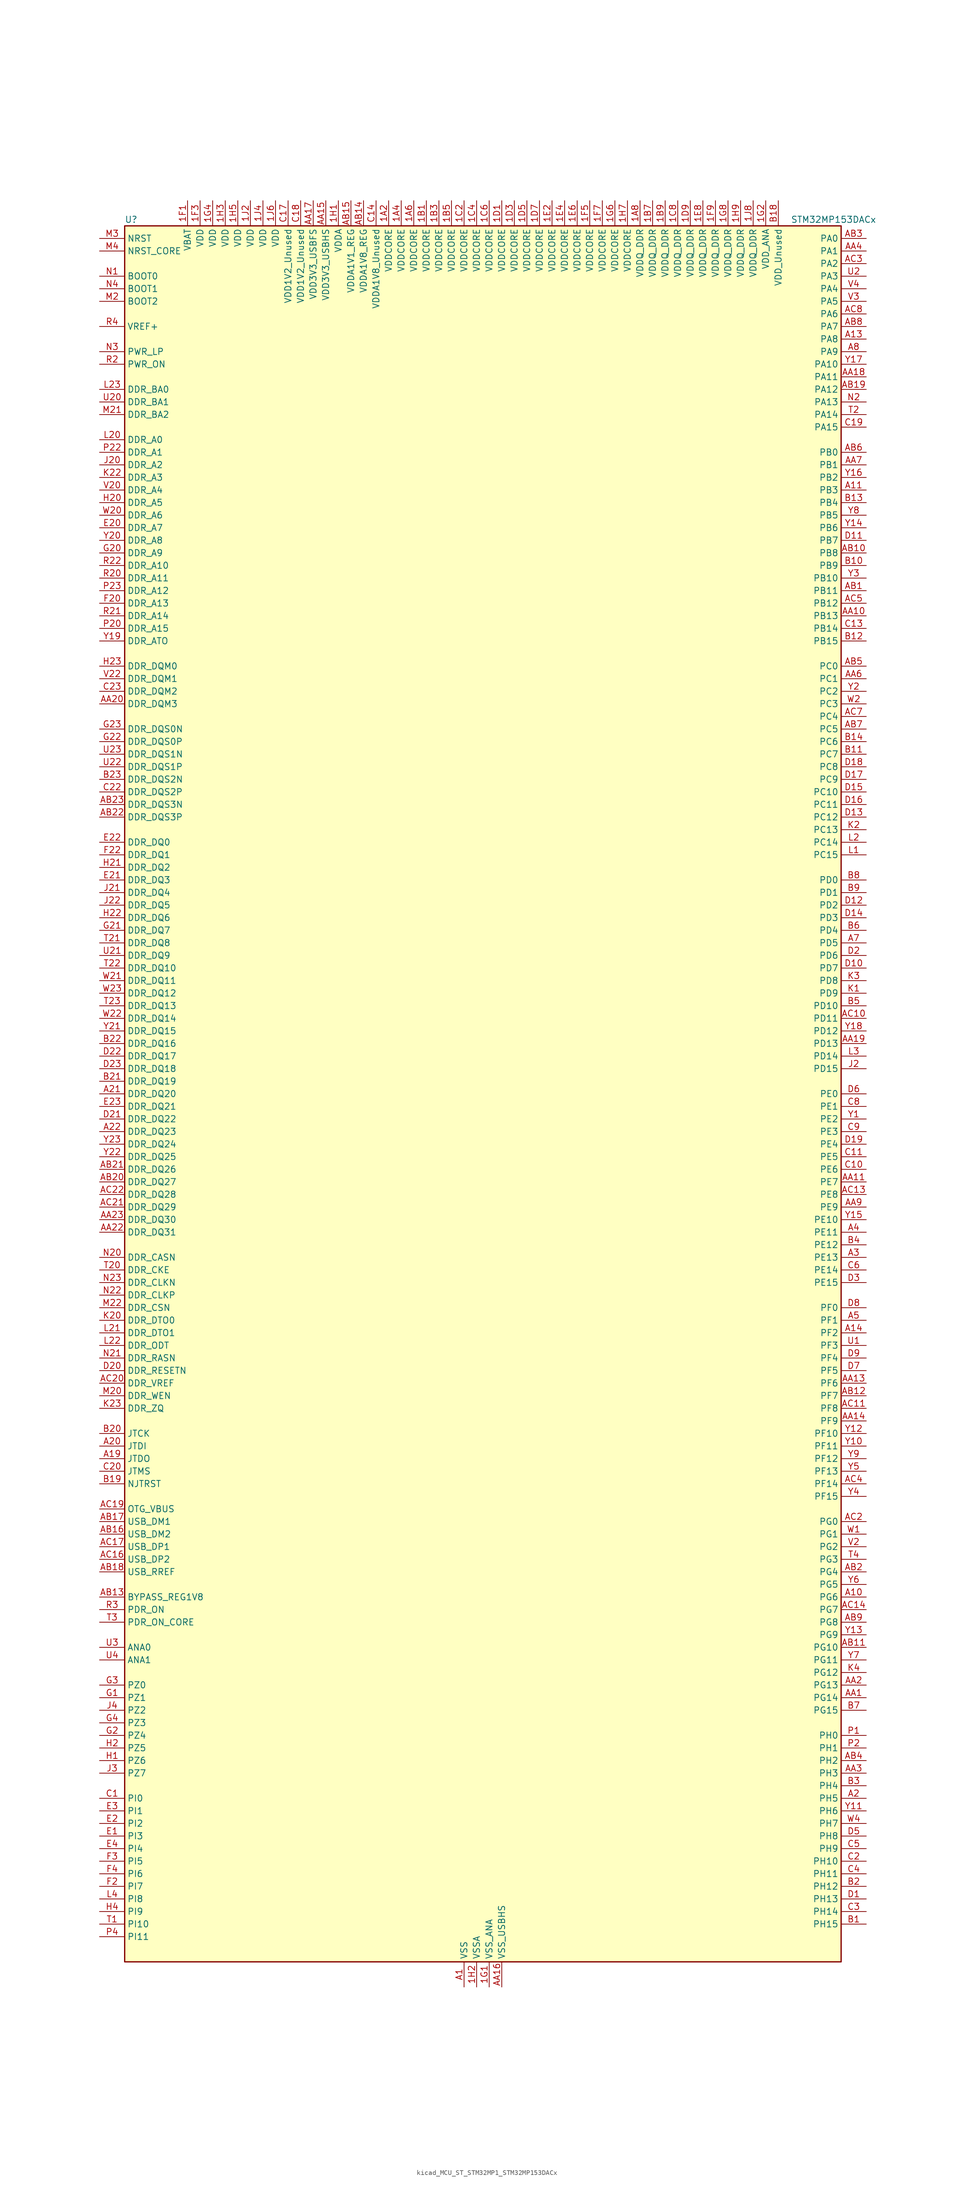
<source format=kicad_sym>
(kicad_symbol_lib
  (version 20220914)
  (generator kicad_symbol_editor)
  (symbol "kicad_MCU_ST_STM32MP1_STM32MP153DACx"
    (property "Reference" "U"
      (at -71.12 176.53 0)
      (effects (font (size 1.27 1.27)) (justify left)))
    (property "Value" "STM32MP153DACx"
      (at 63.5 176.53 0)
      (effects (font (size 1.27 1.27)) (justify left)))
    (property "ki_locked" ""
      (at 0 0 0)
      (effects (font (size 1.27 1.27))))
    (symbol "kicad_MCU_ST_STM32MP1_STM32MP153DACx_0_1"
      (rectangle (start -71.12 -175.26) (end 73.66 175.26) (stroke (width 0.254) (type default)) (fill (type background))))
    (symbol "kicad_MCU_ST_STM32MP1_STM32MP153DACx_1_1"
      (pin power_in line (at -17.78 180.34 270) (length 5.08) (name "VDDCORE" (effects (font (size 1.27 1.27)))) (number "1A2" (effects (font (size 1.27 1.27)))))
      (pin passive line (at -2.54 -180.34 90) (length 5.08) hide (name "VSS" (effects (font (size 1.27 1.27)))) (number "1A3" (effects (font (size 1.27 1.27)))))
      (pin power_in line (at -15.24 180.34 270) (length 5.08) (name "VDDCORE" (effects (font (size 1.27 1.27)))) (number "1A4" (effects (font (size 1.27 1.27)))))
      (pin passive line (at -2.54 -180.34 90) (length 5.08) hide (name "VSS" (effects (font (size 1.27 1.27)))) (number "1A5" (effects (font (size 1.27 1.27)))))
      (pin power_in line (at -12.7 180.34 270) (length 5.08) (name "VDDCORE" (effects (font (size 1.27 1.27)))) (number "1A6" (effects (font (size 1.27 1.27)))))
      (pin passive line (at -2.54 -180.34 90) (length 5.08) hide (name "VSS" (effects (font (size 1.27 1.27)))) (number "1A7" (effects (font (size 1.27 1.27)))))
      (pin power_in line (at 33.02 180.34 270) (length 5.08) (name "VDDQ_DDR" (effects (font (size 1.27 1.27)))) (number "1A8" (effects (font (size 1.27 1.27)))))
      (pin power_in line (at -10.16 180.34 270) (length 5.08) (name "VDDCORE" (effects (font (size 1.27 1.27)))) (number "1B1" (effects (font (size 1.27 1.27)))))
      (pin passive line (at -2.54 -180.34 90) (length 5.08) hide (name "VSS" (effects (font (size 1.27 1.27)))) (number "1B2" (effects (font (size 1.27 1.27)))))
      (pin power_in line (at -7.62 180.34 270) (length 5.08) (name "VDDCORE" (effects (font (size 1.27 1.27)))) (number "1B3" (effects (font (size 1.27 1.27)))))
      (pin passive line (at -2.54 -180.34 90) (length 5.08) hide (name "VSS" (effects (font (size 1.27 1.27)))) (number "1B4" (effects (font (size 1.27 1.27)))))
      (pin power_in line (at -5.08 180.34 270) (length 5.08) (name "VDDCORE" (effects (font (size 1.27 1.27)))) (number "1B5" (effects (font (size 1.27 1.27)))))
      (pin passive line (at -2.54 -180.34 90) (length 5.08) hide (name "VSS" (effects (font (size 1.27 1.27)))) (number "1B6" (effects (font (size 1.27 1.27)))))
      (pin power_in line (at 35.56 180.34 270) (length 5.08) (name "VDDQ_DDR" (effects (font (size 1.27 1.27)))) (number "1B7" (effects (font (size 1.27 1.27)))))
      (pin passive line (at -2.54 -180.34 90) (length 5.08) hide (name "VSS" (effects (font (size 1.27 1.27)))) (number "1B8" (effects (font (size 1.27 1.27)))))
      (pin power_in line (at 38.1 180.34 270) (length 5.08) (name "VDDQ_DDR" (effects (font (size 1.27 1.27)))) (number "1B9" (effects (font (size 1.27 1.27)))))
      (pin passive line (at -2.54 -180.34 90) (length 5.08) hide (name "VSS" (effects (font (size 1.27 1.27)))) (number "1C1" (effects (font (size 1.27 1.27)))))
      (pin power_in line (at -2.54 180.34 270) (length 5.08) (name "VDDCORE" (effects (font (size 1.27 1.27)))) (number "1C2" (effects (font (size 1.27 1.27)))))
      (pin passive line (at -2.54 -180.34 90) (length 5.08) hide (name "VSS" (effects (font (size 1.27 1.27)))) (number "1C3" (effects (font (size 1.27 1.27)))))
      (pin power_in line (at 0 180.34 270) (length 5.08) (name "VDDCORE" (effects (font (size 1.27 1.27)))) (number "1C4" (effects (font (size 1.27 1.27)))))
      (pin passive line (at -2.54 -180.34 90) (length 5.08) hide (name "VSS" (effects (font (size 1.27 1.27)))) (number "1C5" (effects (font (size 1.27 1.27)))))
      (pin power_in line (at 2.54 180.34 270) (length 5.08) (name "VDDCORE" (effects (font (size 1.27 1.27)))) (number "1C6" (effects (font (size 1.27 1.27)))))
      (pin passive line (at -2.54 -180.34 90) (length 5.08) hide (name "VSS" (effects (font (size 1.27 1.27)))) (number "1C7" (effects (font (size 1.27 1.27)))))
      (pin power_in line (at 40.64 180.34 270) (length 5.08) (name "VDDQ_DDR" (effects (font (size 1.27 1.27)))) (number "1C8" (effects (font (size 1.27 1.27)))))
      (pin passive line (at -2.54 -180.34 90) (length 5.08) hide (name "VSS" (effects (font (size 1.27 1.27)))) (number "1C9" (effects (font (size 1.27 1.27)))))
      (pin power_in line (at 5.08 180.34 270) (length 5.08) (name "VDDCORE" (effects (font (size 1.27 1.27)))) (number "1D1" (effects (font (size 1.27 1.27)))))
      (pin passive line (at -2.54 -180.34 90) (length 5.08) hide (name "VSS" (effects (font (size 1.27 1.27)))) (number "1D2" (effects (font (size 1.27 1.27)))))
      (pin power_in line (at 7.62 180.34 270) (length 5.08) (name "VDDCORE" (effects (font (size 1.27 1.27)))) (number "1D3" (effects (font (size 1.27 1.27)))))
      (pin passive line (at -2.54 -180.34 90) (length 5.08) hide (name "VSS" (effects (font (size 1.27 1.27)))) (number "1D4" (effects (font (size 1.27 1.27)))))
      (pin power_in line (at 10.16 180.34 270) (length 5.08) (name "VDDCORE" (effects (font (size 1.27 1.27)))) (number "1D5" (effects (font (size 1.27 1.27)))))
      (pin passive line (at -2.54 -180.34 90) (length 5.08) hide (name "VSS" (effects (font (size 1.27 1.27)))) (number "1D6" (effects (font (size 1.27 1.27)))))
      (pin power_in line (at 12.7 180.34 270) (length 5.08) (name "VDDCORE" (effects (font (size 1.27 1.27)))) (number "1D7" (effects (font (size 1.27 1.27)))))
      (pin passive line (at -2.54 -180.34 90) (length 5.08) hide (name "VSS" (effects (font (size 1.27 1.27)))) (number "1D8" (effects (font (size 1.27 1.27)))))
      (pin power_in line (at 43.18 180.34 270) (length 5.08) (name "VDDQ_DDR" (effects (font (size 1.27 1.27)))) (number "1D9" (effects (font (size 1.27 1.27)))))
      (pin passive line (at -2.54 -180.34 90) (length 5.08) hide (name "VSS" (effects (font (size 1.27 1.27)))) (number "1E1" (effects (font (size 1.27 1.27)))))
      (pin power_in line (at 15.24 180.34 270) (length 5.08) (name "VDDCORE" (effects (font (size 1.27 1.27)))) (number "1E2" (effects (font (size 1.27 1.27)))))
      (pin passive line (at -2.54 -180.34 90) (length 5.08) hide (name "VSS" (effects (font (size 1.27 1.27)))) (number "1E3" (effects (font (size 1.27 1.27)))))
      (pin power_in line (at 17.78 180.34 270) (length 5.08) (name "VDDCORE" (effects (font (size 1.27 1.27)))) (number "1E4" (effects (font (size 1.27 1.27)))))
      (pin passive line (at -2.54 -180.34 90) (length 5.08) hide (name "VSS" (effects (font (size 1.27 1.27)))) (number "1E5" (effects (font (size 1.27 1.27)))))
      (pin power_in line (at 20.32 180.34 270) (length 5.08) (name "VDDCORE" (effects (font (size 1.27 1.27)))) (number "1E6" (effects (font (size 1.27 1.27)))))
      (pin passive line (at -2.54 -180.34 90) (length 5.08) hide (name "VSS" (effects (font (size 1.27 1.27)))) (number "1E7" (effects (font (size 1.27 1.27)))))
      (pin power_in line (at 45.72 180.34 270) (length 5.08) (name "VDDQ_DDR" (effects (font (size 1.27 1.27)))) (number "1E8" (effects (font (size 1.27 1.27)))))
      (pin passive line (at -2.54 -180.34 90) (length 5.08) hide (name "VSS" (effects (font (size 1.27 1.27)))) (number "1E9" (effects (font (size 1.27 1.27)))))
      (pin power_in line (at -58.42 180.34 270) (length 5.08) (name "VBAT" (effects (font (size 1.27 1.27)))) (number "1F1" (effects (font (size 1.27 1.27)))))
      (pin passive line (at -2.54 -180.34 90) (length 5.08) hide (name "VSS" (effects (font (size 1.27 1.27)))) (number "1F2" (effects (font (size 1.27 1.27)))))
      (pin power_in line (at -55.88 180.34 270) (length 5.08) (name "VDD" (effects (font (size 1.27 1.27)))) (number "1F3" (effects (font (size 1.27 1.27)))))
      (pin passive line (at -2.54 -180.34 90) (length 5.08) hide (name "VSS" (effects (font (size 1.27 1.27)))) (number "1F4" (effects (font (size 1.27 1.27)))))
      (pin power_in line (at 22.86 180.34 270) (length 5.08) (name "VDDCORE" (effects (font (size 1.27 1.27)))) (number "1F5" (effects (font (size 1.27 1.27)))))
      (pin passive line (at -2.54 -180.34 90) (length 5.08) hide (name "VSS" (effects (font (size 1.27 1.27)))) (number "1F6" (effects (font (size 1.27 1.27)))))
      (pin power_in line (at 25.4 180.34 270) (length 5.08) (name "VDDCORE" (effects (font (size 1.27 1.27)))) (number "1F7" (effects (font (size 1.27 1.27)))))
      (pin passive line (at -2.54 -180.34 90) (length 5.08) hide (name "VSS" (effects (font (size 1.27 1.27)))) (number "1F8" (effects (font (size 1.27 1.27)))))
      (pin power_in line (at 48.26 180.34 270) (length 5.08) (name "VDDQ_DDR" (effects (font (size 1.27 1.27)))) (number "1F9" (effects (font (size 1.27 1.27)))))
      (pin power_in line (at 2.54 -180.34 90) (length 5.08) (name "VSS_ANA" (effects (font (size 1.27 1.27)))) (number "1G1" (effects (font (size 1.27 1.27)))))
      (pin power_in line (at 58.42 180.34 270) (length 5.08) (name "VDD_ANA" (effects (font (size 1.27 1.27)))) (number "1G2" (effects (font (size 1.27 1.27)))))
      (pin passive line (at -2.54 -180.34 90) (length 5.08) hide (name "VSS" (effects (font (size 1.27 1.27)))) (number "1G3" (effects (font (size 1.27 1.27)))))
      (pin power_in line (at -53.34 180.34 270) (length 5.08) (name "VDD" (effects (font (size 1.27 1.27)))) (number "1G4" (effects (font (size 1.27 1.27)))))
      (pin passive line (at -2.54 -180.34 90) (length 5.08) hide (name "VSS" (effects (font (size 1.27 1.27)))) (number "1G5" (effects (font (size 1.27 1.27)))))
      (pin power_in line (at 27.94 180.34 270) (length 5.08) (name "VDDCORE" (effects (font (size 1.27 1.27)))) (number "1G6" (effects (font (size 1.27 1.27)))))
      (pin passive line (at -2.54 -180.34 90) (length 5.08) hide (name "VSS" (effects (font (size 1.27 1.27)))) (number "1G7" (effects (font (size 1.27 1.27)))))
      (pin power_in line (at 50.8 180.34 270) (length 5.08) (name "VDDQ_DDR" (effects (font (size 1.27 1.27)))) (number "1G8" (effects (font (size 1.27 1.27)))))
      (pin passive line (at -2.54 -180.34 90) (length 5.08) hide (name "VSS" (effects (font (size 1.27 1.27)))) (number "1G9" (effects (font (size 1.27 1.27)))))
      (pin power_in line (at -27.94 180.34 270) (length 5.08) (name "VDDA" (effects (font (size 1.27 1.27)))) (number "1H1" (effects (font (size 1.27 1.27)))))
      (pin power_in line (at 0 -180.34 90) (length 5.08) (name "VSSA" (effects (font (size 1.27 1.27)))) (number "1H2" (effects (font (size 1.27 1.27)))))
      (pin power_in line (at -50.8 180.34 270) (length 5.08) (name "VDD" (effects (font (size 1.27 1.27)))) (number "1H3" (effects (font (size 1.27 1.27)))))
      (pin passive line (at -2.54 -180.34 90) (length 5.08) hide (name "VSS" (effects (font (size 1.27 1.27)))) (number "1H4" (effects (font (size 1.27 1.27)))))
      (pin power_in line (at -48.26 180.34 270) (length 5.08) (name "VDD" (effects (font (size 1.27 1.27)))) (number "1H5" (effects (font (size 1.27 1.27)))))
      (pin passive line (at -2.54 -180.34 90) (length 5.08) hide (name "VSS" (effects (font (size 1.27 1.27)))) (number "1H6" (effects (font (size 1.27 1.27)))))
      (pin power_in line (at 30.48 180.34 270) (length 5.08) (name "VDDCORE" (effects (font (size 1.27 1.27)))) (number "1H7" (effects (font (size 1.27 1.27)))))
      (pin passive line (at -2.54 -180.34 90) (length 5.08) hide (name "VSS" (effects (font (size 1.27 1.27)))) (number "1H8" (effects (font (size 1.27 1.27)))))
      (pin power_in line (at 53.34 180.34 270) (length 5.08) (name "VDDQ_DDR" (effects (font (size 1.27 1.27)))) (number "1H9" (effects (font (size 1.27 1.27)))))
      (pin power_in line (at -45.72 180.34 270) (length 5.08) (name "VDD" (effects (font (size 1.27 1.27)))) (number "1J2" (effects (font (size 1.27 1.27)))))
      (pin passive line (at -2.54 -180.34 90) (length 5.08) hide (name "VSS" (effects (font (size 1.27 1.27)))) (number "1J3" (effects (font (size 1.27 1.27)))))
      (pin power_in line (at -43.18 180.34 270) (length 5.08) (name "VDD" (effects (font (size 1.27 1.27)))) (number "1J4" (effects (font (size 1.27 1.27)))))
      (pin passive line (at -2.54 -180.34 90) (length 5.08) hide (name "VSS" (effects (font (size 1.27 1.27)))) (number "1J5" (effects (font (size 1.27 1.27)))))
      (pin power_in line (at -40.64 180.34 270) (length 5.08) (name "VDD" (effects (font (size 1.27 1.27)))) (number "1J6" (effects (font (size 1.27 1.27)))))
      (pin passive line (at -2.54 -180.34 90) (length 5.08) hide (name "VSS" (effects (font (size 1.27 1.27)))) (number "1J7" (effects (font (size 1.27 1.27)))))
      (pin power_in line (at 55.88 180.34 270) (length 5.08) (name "VDDQ_DDR" (effects (font (size 1.27 1.27)))) (number "1J8" (effects (font (size 1.27 1.27)))))
      (pin power_in line (at -2.54 -180.34 90) (length 5.08) (name "VSS" (effects (font (size 1.27 1.27)))) (number "A1" (effects (font (size 1.27 1.27)))))
      (pin bidirectional line (at 78.74 -101.6 180) (length 5.08) (name "PG6" (effects (font (size 1.27 1.27)))) (number "A10" (effects (font (size 1.27 1.27)))) (alternate "DCMI_D12" bidirectional line) (alternate "DEBUG_TRACED14" bidirectional line) (alternate "LTDC_R7" bidirectional line) (alternate "SDMMC2_CMD" bidirectional line) (alternate "TIM17_BKIN" bidirectional line))
      (pin bidirectional line (at 78.74 121.92 180) (length 5.08) (name "PB3" (effects (font (size 1.27 1.27)))) (number "A11" (effects (font (size 1.27 1.27)))) (alternate "DEBUG_TRACED9" bidirectional line) (alternate "I2S1_CK" bidirectional line) (alternate "I2S3_CK" bidirectional line) (alternate "SAI4_CK1" bidirectional line) (alternate "SAI4_MCLK_A" bidirectional line) (alternate "SDMMC2_D2" bidirectional line) (alternate "SPI1_SCK" bidirectional line) (alternate "SPI3_SCK" bidirectional line) (alternate "SPI6_SCK" bidirectional line) (alternate "TIM2_CH2" bidirectional line) (alternate "UART7_RX" bidirectional line))
      (pin bidirectional line (at 78.74 152.4 180) (length 5.08) (name "PA8" (effects (font (size 1.27 1.27)))) (number "A13" (effects (font (size 1.27 1.27)))) (alternate "I2C3_SCL" bidirectional line) (alternate "I2S3_SDO" bidirectional line) (alternate "LTDC_R6" bidirectional line) (alternate "RCC_MCO_1" bidirectional line) (alternate "SAI4_SD_B" bidirectional line) (alternate "SDMMC2_CKIN" bidirectional line) (alternate "SDMMC2_D4" bidirectional line) (alternate "SPI3_MOSI" bidirectional line) (alternate "TIM1_CH1" bidirectional line) (alternate "TIM8_BKIN2" bidirectional line) (alternate "UART7_RX" bidirectional line) (alternate "USART1_CK" bidirectional line) (alternate "USB_OTG_HS_SOF" bidirectional line))
      (pin bidirectional line (at 78.74 -48.26 180) (length 5.08) (name "PF2" (effects (font (size 1.27 1.27)))) (number "A14" (effects (font (size 1.27 1.27)))) (alternate "FMC_A2" bidirectional line) (alternate "I2C2_SMBA" bidirectional line) (alternate "SDMMC1_D0DIR" bidirectional line) (alternate "SDMMC2_D0DIR" bidirectional line) (alternate "SDMMC3_D0DIR" bidirectional line))
      (pin no_connect line (at -71.12 -175.26 0) (length 5.08) hide (name "DNU" (effects (font (size 1.27 1.27)))) (number "A16" (effects (font (size 1.27 1.27)))))
      (pin no_connect line (at -71.12 -172.72 0) (length 5.08) hide (name "DNU" (effects (font (size 1.27 1.27)))) (number "A17" (effects (font (size 1.27 1.27)))))
      (pin bidirectional line (at -76.2 -73.66 0) (length 5.08) (name "JTDO" (effects (font (size 1.27 1.27)))) (number "A19" (effects (font (size 1.27 1.27)))) (alternate "DEBUG_JTDO-SWO" bidirectional line))
      (pin bidirectional line (at 78.74 -142.24 180) (length 5.08) (name "PH5" (effects (font (size 1.27 1.27)))) (number "A2" (effects (font (size 1.27 1.27)))) (alternate "I2C2_SDA" bidirectional line) (alternate "SAI4_SD_B" bidirectional line) (alternate "SPI5_NSS" bidirectional line))
      (pin bidirectional line (at -76.2 -71.12 0) (length 5.08) (name "JTDI" (effects (font (size 1.27 1.27)))) (number "A20" (effects (font (size 1.27 1.27)))) (alternate "DEBUG_JTDI" bidirectional line))
      (pin bidirectional line (at -76.2 0 0) (length 5.08) (name "DDR_DQ20" (effects (font (size 1.27 1.27)))) (number "A21" (effects (font (size 1.27 1.27)))) (alternate "DDR_DQ20" bidirectional line))
      (pin bidirectional line (at -76.2 -7.62 0) (length 5.08) (name "DDR_DQ23" (effects (font (size 1.27 1.27)))) (number "A22" (effects (font (size 1.27 1.27)))) (alternate "DDR_DQ23" bidirectional line))
      (pin passive line (at -2.54 -180.34 90) (length 5.08) hide (name "VSS" (effects (font (size 1.27 1.27)))) (number "A23" (effects (font (size 1.27 1.27)))))
      (pin bidirectional line (at 78.74 -33.02 180) (length 5.08) (name "PE13" (effects (font (size 1.27 1.27)))) (number "A3" (effects (font (size 1.27 1.27)))) (alternate "DCMI_D6" bidirectional line) (alternate "DFSDM1_CKIN5" bidirectional line) (alternate "FMC_D10" bidirectional line) (alternate "FMC_DA10" bidirectional line) (alternate "HDP_HDP2" bidirectional line) (alternate "LTDC_DE" bidirectional line) (alternate "SAI2_FS_B" bidirectional line) (alternate "SPI4_MISO" bidirectional line) (alternate "TIM1_CH3" bidirectional line))
      (pin bidirectional line (at 78.74 -27.94 180) (length 5.08) (name "PE11" (effects (font (size 1.27 1.27)))) (number "A4" (effects (font (size 1.27 1.27)))) (alternate "ADC1_EXTI11" bidirectional line) (alternate "ADC2_EXTI11" bidirectional line) (alternate "DCMI_D4" bidirectional line) (alternate "DFSDM1_CKIN4" bidirectional line) (alternate "FMC_D8" bidirectional line) (alternate "FMC_DA8" bidirectional line) (alternate "LTDC_G3" bidirectional line) (alternate "SAI2_SD_B" bidirectional line) (alternate "SPI4_NSS" bidirectional line) (alternate "TIM1_CH2" bidirectional line) (alternate "USART6_CK" bidirectional line))
      (pin bidirectional line (at 78.74 -45.72 180) (length 5.08) (name "PF1" (effects (font (size 1.27 1.27)))) (number "A5" (effects (font (size 1.27 1.27)))) (alternate "FMC_A1" bidirectional line) (alternate "I2C2_SCL" bidirectional line) (alternate "SDMMC3_CDIR" bidirectional line) (alternate "SDMMC3_CMD" bidirectional line))
      (pin bidirectional line (at 78.74 30.48 180) (length 5.08) (name "PD5" (effects (font (size 1.27 1.27)))) (number "A7" (effects (font (size 1.27 1.27)))) (alternate "FMC_NWE" bidirectional line) (alternate "SDMMC3_D2" bidirectional line) (alternate "USART2_TX" bidirectional line))
      (pin bidirectional line (at 78.74 149.86 180) (length 5.08) (name "PA9" (effects (font (size 1.27 1.27)))) (number "A8" (effects (font (size 1.27 1.27)))) (alternate "DAC1_EXTI9" bidirectional line) (alternate "DCMI_D0" bidirectional line) (alternate "I2C3_SMBA" bidirectional line) (alternate "I2S2_CK" bidirectional line) (alternate "LTDC_R5" bidirectional line) (alternate "SDMMC2_CDIR" bidirectional line) (alternate "SDMMC2_D5" bidirectional line) (alternate "SPI2_SCK" bidirectional line) (alternate "TIM1_CH2" bidirectional line) (alternate "USART1_TX" bidirectional line))
      (pin bidirectional line (at 78.74 -121.92 180) (length 5.08) (name "PG14" (effects (font (size 1.27 1.27)))) (number "AA1" (effects (font (size 1.27 1.27)))) (alternate "DEBUG_TRACED1" bidirectional line) (alternate "ETH1_TXD1" bidirectional line) (alternate "FMC_A25" bidirectional line) (alternate "LPTIM1_ETR" bidirectional line) (alternate "LTDC_B0" bidirectional line) (alternate "QUADSPI_BK2_IO3" bidirectional line) (alternate "SAI4_D1" bidirectional line) (alternate "SAI4_SD_A" bidirectional line) (alternate "SPI6_MOSI" bidirectional line) (alternate "USART6_TX" bidirectional line))
      (pin bidirectional line (at 78.74 96.52 180) (length 5.08) (name "PB13" (effects (font (size 1.27 1.27)))) (number "AA10" (effects (font (size 1.27 1.27)))) (alternate "DFSDM1_CKIN1" bidirectional line) (alternate "DFSDM1_CKOUT" bidirectional line) (alternate "ETH1_TXD1" bidirectional line) (alternate "FDCAN2_TX" bidirectional line) (alternate "I2S2_CK" bidirectional line) (alternate "LPTIM2_OUT" bidirectional line) (alternate "SPI2_SCK" bidirectional line) (alternate "TIM1_CH1N" bidirectional line) (alternate "UART5_TX" bidirectional line) (alternate "USART3_CTS" bidirectional line) (alternate "USART3_NSS" bidirectional line))
      (pin bidirectional line (at 78.74 -17.78 180) (length 5.08) (name "PE7" (effects (font (size 1.27 1.27)))) (number "AA11" (effects (font (size 1.27 1.27)))) (alternate "DFSDM1_DATIN2" bidirectional line) (alternate "FMC_D4" bidirectional line) (alternate "FMC_DA4" bidirectional line) (alternate "QUADSPI_BK2_IO0" bidirectional line) (alternate "TIM1_ETR" bidirectional line) (alternate "TIM3_ETR" bidirectional line) (alternate "UART7_RX" bidirectional line))
      (pin passive line (at -2.54 -180.34 90) (length 5.08) hide (name "VSS" (effects (font (size 1.27 1.27)))) (number "AA12" (effects (font (size 1.27 1.27)))))
      (pin bidirectional line (at 78.74 -58.42 180) (length 5.08) (name "PF6" (effects (font (size 1.27 1.27)))) (number "AA13" (effects (font (size 1.27 1.27)))) (alternate "QUADSPI_BK1_IO3" bidirectional line) (alternate "SAI1_SD_B" bidirectional line) (alternate "SAI4_SCK_B" bidirectional line) (alternate "SPI5_NSS" bidirectional line) (alternate "TIM16_CH1" bidirectional line) (alternate "UART7_RX" bidirectional line))
      (pin bidirectional line (at 78.74 -66.04 180) (length 5.08) (name "PF9" (effects (font (size 1.27 1.27)))) (number "AA14" (effects (font (size 1.27 1.27)))) (alternate "DAC1_EXTI9" bidirectional line) (alternate "DEBUG_TRACED13" bidirectional line) (alternate "QUADSPI_BK1_IO1" bidirectional line) (alternate "SAI1_FS_B" bidirectional line) (alternate "SPI5_MOSI" bidirectional line) (alternate "TIM14_CH1" bidirectional line) (alternate "TIM17_CH1N" bidirectional line) (alternate "UART7_CTS" bidirectional line))
      (pin power_in line (at -30.48 180.34 270) (length 5.08) (name "VDD3V3_USBHS" (effects (font (size 1.27 1.27)))) (number "AA15" (effects (font (size 1.27 1.27)))))
      (pin power_in line (at 5.08 -180.34 90) (length 5.08) (name "VSS_USBHS" (effects (font (size 1.27 1.27)))) (number "AA16" (effects (font (size 1.27 1.27)))))
      (pin power_in line (at -33.02 180.34 270) (length 5.08) (name "VDD3V3_USBFS" (effects (font (size 1.27 1.27)))) (number "AA17" (effects (font (size 1.27 1.27)))))
      (pin bidirectional line (at 78.74 144.78 180) (length 5.08) (name "PA11" (effects (font (size 1.27 1.27)))) (number "AA18" (effects (font (size 1.27 1.27)))) (alternate "ADC1_EXTI11" bidirectional line) (alternate "ADC2_EXTI11" bidirectional line) (alternate "FDCAN1_RX" bidirectional line) (alternate "I2C5_SCL" bidirectional line) (alternate "I2C6_SCL" bidirectional line) (alternate "I2S2_WS" bidirectional line) (alternate "LTDC_R4" bidirectional line) (alternate "SPI2_NSS" bidirectional line) (alternate "TIM1_CH4" bidirectional line) (alternate "UART4_RX" bidirectional line) (alternate "USART1_CTS" bidirectional line) (alternate "USART1_NSS" bidirectional line))
      (pin bidirectional line (at 78.74 10.16 180) (length 5.08) (name "PD13" (effects (font (size 1.27 1.27)))) (number "AA19" (effects (font (size 1.27 1.27)))) (alternate "FMC_A18" bidirectional line) (alternate "I2C1_SDA" bidirectional line) (alternate "I2C4_SDA" bidirectional line) (alternate "I2S3_MCK" bidirectional line) (alternate "LPTIM1_OUT" bidirectional line) (alternate "QUADSPI_BK1_IO3" bidirectional line) (alternate "SAI2_SCK_A" bidirectional line) (alternate "TIM4_CH2" bidirectional line))
      (pin bidirectional line (at 78.74 -119.38 180) (length 5.08) (name "PG13" (effects (font (size 1.27 1.27)))) (number "AA2" (effects (font (size 1.27 1.27)))) (alternate "DEBUG_TRACED0" bidirectional line) (alternate "ETH1_TXD0" bidirectional line) (alternate "FMC_A24" bidirectional line) (alternate "LPTIM1_OUT" bidirectional line) (alternate "LTDC_R0" bidirectional line) (alternate "SAI1_CK2" bidirectional line) (alternate "SAI1_SCK_A" bidirectional line) (alternate "SAI4_CK1" bidirectional line) (alternate "SAI4_MCLK_A" bidirectional line) (alternate "SPI6_SCK" bidirectional line) (alternate "USART6_CTS" bidirectional line) (alternate "USART6_NSS" bidirectional line))
      (pin bidirectional line (at -76.2 78.74 0) (length 5.08) (name "DDR_DQM3" (effects (font (size 1.27 1.27)))) (number "AA20" (effects (font (size 1.27 1.27)))) (alternate "DDR_DQM3" bidirectional line))
      (pin passive line (at -2.54 -180.34 90) (length 5.08) hide (name "VSS" (effects (font (size 1.27 1.27)))) (number "AA21" (effects (font (size 1.27 1.27)))))
      (pin bidirectional line (at -76.2 -27.94 0) (length 5.08) (name "DDR_DQ31" (effects (font (size 1.27 1.27)))) (number "AA22" (effects (font (size 1.27 1.27)))) (alternate "DDR_DQ31" bidirectional line))
      (pin bidirectional line (at -76.2 -25.4 0) (length 5.08) (name "DDR_DQ30" (effects (font (size 1.27 1.27)))) (number "AA23" (effects (font (size 1.27 1.27)))) (alternate "DDR_DQ30" bidirectional line))
      (pin bidirectional line (at 78.74 -137.16 180) (length 5.08) (name "PH3" (effects (font (size 1.27 1.27)))) (number "AA3" (effects (font (size 1.27 1.27)))) (alternate "DFSDM1_CKIN4" bidirectional line) (alternate "ETH1_COL" bidirectional line) (alternate "LTDC_R1" bidirectional line) (alternate "QUADSPI_BK2_IO1" bidirectional line) (alternate "SAI2_MCLK_B" bidirectional line))
      (pin bidirectional line (at 78.74 170.18 180) (length 5.08) (name "PA1" (effects (font (size 1.27 1.27)))) (number "AA4" (effects (font (size 1.27 1.27)))) (alternate "ADC1_INN16" bidirectional line) (alternate "ADC1_INP17" bidirectional line) (alternate "ETH1_CLK" bidirectional line) (alternate "ETH1_REF_CLK" bidirectional line) (alternate "ETH1_RX_CLK" bidirectional line) (alternate "LPTIM3_OUT" bidirectional line) (alternate "LTDC_R2" bidirectional line) (alternate "QUADSPI_BK1_IO3" bidirectional line) (alternate "SAI2_MCLK_B" bidirectional line) (alternate "TIM15_CH1N" bidirectional line) (alternate "TIM2_CH2" bidirectional line) (alternate "TIM5_CH2" bidirectional line) (alternate "UART4_RX" bidirectional line) (alternate "USART2_DE" bidirectional line) (alternate "USART2_RTS" bidirectional line))
      (pin passive line (at -2.54 -180.34 90) (length 5.08) hide (name "VSS" (effects (font (size 1.27 1.27)))) (number "AA5" (effects (font (size 1.27 1.27)))))
      (pin bidirectional line (at 78.74 83.82 180) (length 5.08) (name "PC1" (effects (font (size 1.27 1.27)))) (number "AA6" (effects (font (size 1.27 1.27)))) (alternate "ADC1_INN10" bidirectional line) (alternate "ADC1_INP11" bidirectional line) (alternate "ADC2_INN10" bidirectional line) (alternate "ADC2_INP11" bidirectional line) (alternate "DEBUG_TRACED0" bidirectional line) (alternate "DFSDM1_CKIN4" bidirectional line) (alternate "DFSDM1_DATIN0" bidirectional line) (alternate "ETH1_MDC" bidirectional line) (alternate "I2S2_SDO" bidirectional line) (alternate "PWR_WKUP6" bidirectional line) (alternate "SAI1_D1" bidirectional line) (alternate "SAI1_SD_A" bidirectional line) (alternate "SDMMC2_CK" bidirectional line) (alternate "SPI2_MOSI" bidirectional line) (alternate "TAMP_IN3" bidirectional line))
      (pin bidirectional line (at 78.74 127 180) (length 5.08) (name "PB1" (effects (font (size 1.27 1.27)))) (number "AA7" (effects (font (size 1.27 1.27)))) (alternate "ADC1_INP5" bidirectional line) (alternate "ADC2_INP5" bidirectional line) (alternate "DFSDM1_DATIN1" bidirectional line) (alternate "ETH1_RXD3" bidirectional line) (alternate "LTDC_G0" bidirectional line) (alternate "LTDC_R6" bidirectional line) (alternate "TIM1_CH3N" bidirectional line) (alternate "TIM3_CH4" bidirectional line) (alternate "TIM8_CH3N" bidirectional line))
      (pin passive line (at -2.54 -180.34 90) (length 5.08) hide (name "VSS" (effects (font (size 1.27 1.27)))) (number "AA8" (effects (font (size 1.27 1.27)))))
      (pin bidirectional line (at 78.74 -22.86 180) (length 5.08) (name "PE9" (effects (font (size 1.27 1.27)))) (number "AA9" (effects (font (size 1.27 1.27)))) (alternate "DAC1_EXTI9" bidirectional line) (alternate "DFSDM1_CKOUT" bidirectional line) (alternate "FMC_D6" bidirectional line) (alternate "FMC_DA6" bidirectional line) (alternate "QUADSPI_BK2_IO2" bidirectional line) (alternate "TIM1_CH1" bidirectional line) (alternate "UART7_DE" bidirectional line) (alternate "UART7_RTS" bidirectional line))
      (pin bidirectional line (at 78.74 101.6 180) (length 5.08) (name "PB11" (effects (font (size 1.27 1.27)))) (number "AB1" (effects (font (size 1.27 1.27)))) (alternate "ADC1_EXTI11" bidirectional line) (alternate "ADC2_EXTI11" bidirectional line) (alternate "DFSDM1_CKIN7" bidirectional line) (alternate "ETH1_TX_CTL" bidirectional line) (alternate "ETH1_TX_EN" bidirectional line) (alternate "I2C2_SDA" bidirectional line) (alternate "LPTIM2_ETR" bidirectional line) (alternate "LTDC_G5" bidirectional line) (alternate "TIM2_CH4" bidirectional line) (alternate "USART3_RX" bidirectional line))
      (pin bidirectional line (at 78.74 109.22 180) (length 5.08) (name "PB8" (effects (font (size 1.27 1.27)))) (number "AB10" (effects (font (size 1.27 1.27)))) (alternate "DCMI_D6" bidirectional line) (alternate "DFSDM1_CKIN7" bidirectional line) (alternate "ETH1_TXD3" bidirectional line) (alternate "FDCAN1_RX" bidirectional line) (alternate "HDP_HDP6" bidirectional line) (alternate "I2C1_SCL" bidirectional line) (alternate "I2C4_SCL" bidirectional line) (alternate "LTDC_B6" bidirectional line) (alternate "SDMMC1_CKIN" bidirectional line) (alternate "SDMMC1_D4" bidirectional line) (alternate "SDMMC2_CKIN" bidirectional line) (alternate "SDMMC2_D4" bidirectional line) (alternate "TIM16_CH1" bidirectional line) (alternate "TIM4_CH3" bidirectional line) (alternate "UART4_RX" bidirectional line))
      (pin bidirectional line (at 78.74 -111.76 180) (length 5.08) (name "PG10" (effects (font (size 1.27 1.27)))) (number "AB11" (effects (font (size 1.27 1.27)))) (alternate "DCMI_D2" bidirectional line) (alternate "DEBUG_TRACED10" bidirectional line) (alternate "FMC_NE3" bidirectional line) (alternate "LTDC_B2" bidirectional line) (alternate "LTDC_G3" bidirectional line) (alternate "QUADSPI_BK2_IO2" bidirectional line) (alternate "SAI2_SD_B" bidirectional line) (alternate "UART8_CTS" bidirectional line))
      (pin bidirectional line (at 78.74 -60.96 180) (length 5.08) (name "PF7" (effects (font (size 1.27 1.27)))) (number "AB12" (effects (font (size 1.27 1.27)))) (alternate "QUADSPI_BK1_IO2" bidirectional line) (alternate "SAI1_MCLK_B" bidirectional line) (alternate "SPI5_SCK" bidirectional line) (alternate "TIM17_CH1" bidirectional line) (alternate "UART7_TX" bidirectional line))
      (pin bidirectional line (at -76.2 -101.6 0) (length 5.08) (name "BYPASS_REG1V8" (effects (font (size 1.27 1.27)))) (number "AB13" (effects (font (size 1.27 1.27)))))
      (pin power_in line (at -22.86 180.34 270) (length 5.08) (name "VDDA1V8_REG" (effects (font (size 1.27 1.27)))) (number "AB14" (effects (font (size 1.27 1.27)))))
      (pin power_in line (at -25.4 180.34 270) (length 5.08) (name "VDDA1V1_REG" (effects (font (size 1.27 1.27)))) (number "AB15" (effects (font (size 1.27 1.27)))))
      (pin bidirectional line (at -76.2 -88.9 0) (length 5.08) (name "USB_DM2" (effects (font (size 1.27 1.27)))) (number "AB16" (effects (font (size 1.27 1.27)))) (alternate "USBH_HS2_DM" bidirectional line) (alternate "USB_OTG_HS_DM" bidirectional line))
      (pin bidirectional line (at -76.2 -86.36 0) (length 5.08) (name "USB_DM1" (effects (font (size 1.27 1.27)))) (number "AB17" (effects (font (size 1.27 1.27)))) (alternate "USBH_HS1_DM" bidirectional line))
      (pin bidirectional line (at -76.2 -96.52 0) (length 5.08) (name "USB_RREF" (effects (font (size 1.27 1.27)))) (number "AB18" (effects (font (size 1.27 1.27)))))
      (pin bidirectional line (at 78.74 142.24 180) (length 5.08) (name "PA12" (effects (font (size 1.27 1.27)))) (number "AB19" (effects (font (size 1.27 1.27)))) (alternate "FDCAN1_TX" bidirectional line) (alternate "I2C5_SDA" bidirectional line) (alternate "I2C6_SDA" bidirectional line) (alternate "LTDC_R5" bidirectional line) (alternate "SAI2_FS_B" bidirectional line) (alternate "TIM1_ETR" bidirectional line) (alternate "UART4_TX" bidirectional line) (alternate "USART1_DE" bidirectional line) (alternate "USART1_RTS" bidirectional line))
      (pin bidirectional line (at 78.74 -96.52 180) (length 5.08) (name "PG4" (effects (font (size 1.27 1.27)))) (number "AB2" (effects (font (size 1.27 1.27)))) (alternate "ETH1_GTX_CLK" bidirectional line) (alternate "FMC_A14" bidirectional line) (alternate "TIM1_BKIN2" bidirectional line))
      (pin bidirectional line (at -76.2 -17.78 0) (length 5.08) (name "DDR_DQ27" (effects (font (size 1.27 1.27)))) (number "AB20" (effects (font (size 1.27 1.27)))) (alternate "DDR_DQ27" bidirectional line))
      (pin bidirectional line (at -76.2 -15.24 0) (length 5.08) (name "DDR_DQ26" (effects (font (size 1.27 1.27)))) (number "AB21" (effects (font (size 1.27 1.27)))) (alternate "DDR_DQ26" bidirectional line))
      (pin bidirectional line (at -76.2 55.88 0) (length 5.08) (name "DDR_DQS3P" (effects (font (size 1.27 1.27)))) (number "AB22" (effects (font (size 1.27 1.27)))) (alternate "DDR_DQS3P" bidirectional line))
      (pin bidirectional line (at -76.2 58.42 0) (length 5.08) (name "DDR_DQS3N" (effects (font (size 1.27 1.27)))) (number "AB23" (effects (font (size 1.27 1.27)))) (alternate "DDR_DQS3N" bidirectional line))
      (pin bidirectional line (at 78.74 172.72 180) (length 5.08) (name "PA0" (effects (font (size 1.27 1.27)))) (number "AB3" (effects (font (size 1.27 1.27)))) (alternate "ADC1_INP16" bidirectional line) (alternate "ETH1_CRS" bidirectional line) (alternate "PWR_WKUP1" bidirectional line) (alternate "SAI2_SD_B" bidirectional line) (alternate "SDMMC2_CMD" bidirectional line) (alternate "TIM15_BKIN" bidirectional line) (alternate "TIM2_CH1" bidirectional line) (alternate "TIM2_ETR" bidirectional line) (alternate "TIM5_CH1" bidirectional line) (alternate "TIM8_ETR" bidirectional line) (alternate "UART4_TX" bidirectional line) (alternate "USART2_CTS" bidirectional line) (alternate "USART2_NSS" bidirectional line))
      (pin bidirectional line (at 78.74 -134.62 180) (length 5.08) (name "PH2" (effects (font (size 1.27 1.27)))) (number "AB4" (effects (font (size 1.27 1.27)))) (alternate "ETH1_CRS" bidirectional line) (alternate "LPTIM1_IN2" bidirectional line) (alternate "LTDC_R0" bidirectional line) (alternate "QUADSPI_BK2_IO0" bidirectional line) (alternate "SAI2_SCK_B" bidirectional line))
      (pin bidirectional line (at 78.74 86.36 180) (length 5.08) (name "PC0" (effects (font (size 1.27 1.27)))) (number "AB5" (effects (font (size 1.27 1.27)))) (alternate "ADC1_INP10" bidirectional line) (alternate "ADC2_INP10" bidirectional line) (alternate "DFSDM1_CKIN0" bidirectional line) (alternate "DFSDM1_DATIN4" bidirectional line) (alternate "LPTIM2_IN2" bidirectional line) (alternate "LTDC_R5" bidirectional line) (alternate "QUADSPI_BK2_NCS" bidirectional line) (alternate "SAI2_FS_B" bidirectional line))
      (pin bidirectional line (at 78.74 129.54 180) (length 5.08) (name "PB0" (effects (font (size 1.27 1.27)))) (number "AB6" (effects (font (size 1.27 1.27)))) (alternate "ADC1_INN5" bidirectional line) (alternate "ADC1_INP9" bidirectional line) (alternate "ADC2_INN5" bidirectional line) (alternate "ADC2_INP9" bidirectional line) (alternate "DFSDM1_CKOUT" bidirectional line) (alternate "ETH1_RXD2" bidirectional line) (alternate "LTDC_G1" bidirectional line) (alternate "LTDC_R3" bidirectional line) (alternate "TIM1_CH2N" bidirectional line) (alternate "TIM3_CH3" bidirectional line) (alternate "TIM8_CH2N" bidirectional line) (alternate "UART4_CTS" bidirectional line))
      (pin bidirectional line (at 78.74 73.66 180) (length 5.08) (name "PC5" (effects (font (size 1.27 1.27)))) (number "AB7" (effects (font (size 1.27 1.27)))) (alternate "ADC1_INN4" bidirectional line) (alternate "ADC1_INP8" bidirectional line) (alternate "ADC2_INN4" bidirectional line) (alternate "ADC2_INP8" bidirectional line) (alternate "DFSDM1_DATIN2" bidirectional line) (alternate "ETH1_RXD1" bidirectional line) (alternate "SAI1_D3" bidirectional line) (alternate "SAI1_D4" bidirectional line) (alternate "SAI4_D3" bidirectional line) (alternate "SAI4_D4" bidirectional line) (alternate "SPDIFRX_IN3" bidirectional line))
      (pin bidirectional line (at 78.74 154.94 180) (length 5.08) (name "PA7" (effects (font (size 1.27 1.27)))) (number "AB8" (effects (font (size 1.27 1.27)))) (alternate "ADC1_INN3" bidirectional line) (alternate "ADC1_INP7" bidirectional line) (alternate "ADC2_INN3" bidirectional line) (alternate "ADC2_INP7" bidirectional line) (alternate "ETH1_CRS_DV" bidirectional line) (alternate "ETH1_RX_CTL" bidirectional line) (alternate "ETH1_RX_DV" bidirectional line) (alternate "I2S1_SDO" bidirectional line) (alternate "QUADSPI_CLK" bidirectional line) (alternate "SAI4_D1" bidirectional line) (alternate "SAI4_SD_A" bidirectional line) (alternate "SPI1_MOSI" bidirectional line) (alternate "SPI6_MOSI" bidirectional line) (alternate "TIM14_CH1" bidirectional line) (alternate "TIM1_CH1N" bidirectional line) (alternate "TIM3_CH2" bidirectional line) (alternate "TIM8_CH1N" bidirectional line))
      (pin bidirectional line (at 78.74 -106.68 180) (length 5.08) (name "PG8" (effects (font (size 1.27 1.27)))) (number "AB9" (effects (font (size 1.27 1.27)))) (alternate "DEBUG_TRACED15" bidirectional line) (alternate "ETH1_CLK" bidirectional line) (alternate "ETH1_PPS_OUT" bidirectional line) (alternate "LTDC_G7" bidirectional line) (alternate "SAI4_D2" bidirectional line) (alternate "SAI4_FS_A" bidirectional line) (alternate "SPDIFRX_IN2" bidirectional line) (alternate "SPI6_NSS" bidirectional line) (alternate "TIM2_CH1" bidirectional line) (alternate "TIM2_ETR" bidirectional line) (alternate "TIM8_ETR" bidirectional line) (alternate "USART3_DE" bidirectional line) (alternate "USART3_RTS" bidirectional line) (alternate "USART6_DE" bidirectional line) (alternate "USART6_RTS" bidirectional line))
      (pin passive line (at -2.54 -180.34 90) (length 5.08) hide (name "VSS" (effects (font (size 1.27 1.27)))) (number "AC1" (effects (font (size 1.27 1.27)))))
      (pin bidirectional line (at 78.74 15.24 180) (length 5.08) (name "PD11" (effects (font (size 1.27 1.27)))) (number "AC10" (effects (font (size 1.27 1.27)))) (alternate "ADC1_EXTI11" bidirectional line) (alternate "ADC2_EXTI11" bidirectional line) (alternate "FMC_A16" bidirectional line) (alternate "FMC_CLE" bidirectional line) (alternate "I2C1_SMBA" bidirectional line) (alternate "I2C4_SMBA" bidirectional line) (alternate "LPTIM2_IN2" bidirectional line) (alternate "QUADSPI_BK1_IO0" bidirectional line) (alternate "SAI2_SD_A" bidirectional line) (alternate "USART3_CTS" bidirectional line) (alternate "USART3_NSS" bidirectional line))
      (pin bidirectional line (at 78.74 -63.5 180) (length 5.08) (name "PF8" (effects (font (size 1.27 1.27)))) (number "AC11" (effects (font (size 1.27 1.27)))) (alternate "DEBUG_TRACED12" bidirectional line) (alternate "QUADSPI_BK1_IO0" bidirectional line) (alternate "SAI1_SCK_B" bidirectional line) (alternate "SPI5_MISO" bidirectional line) (alternate "TIM13_CH1" bidirectional line) (alternate "TIM16_CH1N" bidirectional line) (alternate "UART7_DE" bidirectional line) (alternate "UART7_RTS" bidirectional line))
      (pin bidirectional line (at 78.74 -20.32 180) (length 5.08) (name "PE8" (effects (font (size 1.27 1.27)))) (number "AC13" (effects (font (size 1.27 1.27)))) (alternate "DFSDM1_CKIN2" bidirectional line) (alternate "FMC_D5" bidirectional line) (alternate "FMC_DA5" bidirectional line) (alternate "QUADSPI_BK2_IO1" bidirectional line) (alternate "TIM1_CH1N" bidirectional line) (alternate "UART7_TX" bidirectional line))
      (pin bidirectional line (at 78.74 -104.14 180) (length 5.08) (name "PG7" (effects (font (size 1.27 1.27)))) (number "AC14" (effects (font (size 1.27 1.27)))) (alternate "DCMI_D13" bidirectional line) (alternate "DEBUG_TRACED5" bidirectional line) (alternate "LTDC_CLK" bidirectional line) (alternate "QUADSPI_BK2_IO3" bidirectional line) (alternate "QUADSPI_CLK" bidirectional line) (alternate "SAI1_MCLK_A" bidirectional line) (alternate "UART8_DE" bidirectional line) (alternate "UART8_RTS" bidirectional line) (alternate "USART6_CK" bidirectional line))
      (pin bidirectional line (at -76.2 -93.98 0) (length 5.08) (name "USB_DP2" (effects (font (size 1.27 1.27)))) (number "AC16" (effects (font (size 1.27 1.27)))) (alternate "USBH_HS2_DP" bidirectional line) (alternate "USB_OTG_HS_DP" bidirectional line))
      (pin bidirectional line (at -76.2 -91.44 0) (length 5.08) (name "USB_DP1" (effects (font (size 1.27 1.27)))) (number "AC17" (effects (font (size 1.27 1.27)))) (alternate "USBH_HS1_DP" bidirectional line))
      (pin bidirectional line (at -76.2 -83.82 0) (length 5.08) (name "OTG_VBUS" (effects (font (size 1.27 1.27)))) (number "AC19" (effects (font (size 1.27 1.27)))) (alternate "USB_OTG_HS_VBUS" bidirectional line))
      (pin bidirectional line (at 78.74 -86.36 180) (length 5.08) (name "PG0" (effects (font (size 1.27 1.27)))) (number "AC2" (effects (font (size 1.27 1.27)))) (alternate "DEBUG_TRACED0" bidirectional line) (alternate "DFSDM1_DATIN0" bidirectional line) (alternate "ETH1_TXD4" bidirectional line) (alternate "FMC_A10" bidirectional line))
      (pin bidirectional line (at -76.2 -58.42 0) (length 5.08) (name "DDR_VREF" (effects (font (size 1.27 1.27)))) (number "AC20" (effects (font (size 1.27 1.27)))) (alternate "DDR_VREF" bidirectional line))
      (pin bidirectional line (at -76.2 -22.86 0) (length 5.08) (name "DDR_DQ29" (effects (font (size 1.27 1.27)))) (number "AC21" (effects (font (size 1.27 1.27)))) (alternate "DDR_DQ29" bidirectional line))
      (pin bidirectional line (at -76.2 -20.32 0) (length 5.08) (name "DDR_DQ28" (effects (font (size 1.27 1.27)))) (number "AC22" (effects (font (size 1.27 1.27)))) (alternate "DDR_DQ28" bidirectional line))
      (pin passive line (at -2.54 -180.34 90) (length 5.08) hide (name "VSS" (effects (font (size 1.27 1.27)))) (number "AC23" (effects (font (size 1.27 1.27)))))
      (pin bidirectional line (at 78.74 167.64 180) (length 5.08) (name "PA2" (effects (font (size 1.27 1.27)))) (number "AC3" (effects (font (size 1.27 1.27)))) (alternate "ADC1_INP14" bidirectional line) (alternate "ETH1_MDIO" bidirectional line) (alternate "LPTIM4_OUT" bidirectional line) (alternate "LTDC_R1" bidirectional line) (alternate "PWR_WKUP2" bidirectional line) (alternate "SAI2_SCK_B" bidirectional line) (alternate "SDMMC2_D0DIR" bidirectional line) (alternate "TIM15_CH1" bidirectional line) (alternate "TIM2_CH3" bidirectional line) (alternate "TIM5_CH3" bidirectional line) (alternate "USART2_TX" bidirectional line))
      (pin bidirectional line (at 78.74 -78.74 180) (length 5.08) (name "PF14" (effects (font (size 1.27 1.27)))) (number "AC4" (effects (font (size 1.27 1.27)))) (alternate "ADC2_INN2" bidirectional line) (alternate "ADC2_INP6" bidirectional line) (alternate "DEBUG_TRACED6" bidirectional line) (alternate "DFSDM1_CKIN6" bidirectional line) (alternate "ETH1_RXD6" bidirectional line) (alternate "FMC_A8" bidirectional line) (alternate "I2C1_SCL" bidirectional line) (alternate "I2C4_SCL" bidirectional line))
      (pin bidirectional line (at 78.74 99.06 180) (length 5.08) (name "PB12" (effects (font (size 1.27 1.27)))) (number "AC5" (effects (font (size 1.27 1.27)))) (alternate "DFSDM1_DATIN1" bidirectional line) (alternate "ETH1_TXD0" bidirectional line) (alternate "FDCAN2_RX" bidirectional line) (alternate "I2C2_SMBA" bidirectional line) (alternate "I2C6_SMBA" bidirectional line) (alternate "I2S2_WS" bidirectional line) (alternate "SPI2_NSS" bidirectional line) (alternate "TIM1_BKIN" bidirectional line) (alternate "UART5_RX" bidirectional line) (alternate "USART3_CK" bidirectional line) (alternate "USART3_RX" bidirectional line))
      (pin bidirectional line (at 78.74 76.2 180) (length 5.08) (name "PC4" (effects (font (size 1.27 1.27)))) (number "AC7" (effects (font (size 1.27 1.27)))) (alternate "ADC1_INP4" bidirectional line) (alternate "ADC2_INP4" bidirectional line) (alternate "DFSDM1_CKIN2" bidirectional line) (alternate "ETH1_RXD0" bidirectional line) (alternate "I2S1_MCK" bidirectional line) (alternate "SPDIFRX_IN2" bidirectional line))
      (pin bidirectional line (at 78.74 157.48 180) (length 5.08) (name "PA6" (effects (font (size 1.27 1.27)))) (number "AC8" (effects (font (size 1.27 1.27)))) (alternate "ADC1_INP3" bidirectional line) (alternate "ADC2_INP3" bidirectional line) (alternate "DCMI_PIXCLK" bidirectional line) (alternate "I2S1_SDI" bidirectional line) (alternate "LTDC_G2" bidirectional line) (alternate "SAI4_CK2" bidirectional line) (alternate "SAI4_SCK_A" bidirectional line) (alternate "SPI1_MISO" bidirectional line) (alternate "SPI6_MISO" bidirectional line) (alternate "TIM13_CH1" bidirectional line) (alternate "TIM1_BKIN" bidirectional line) (alternate "TIM3_CH1" bidirectional line) (alternate "TIM8_BKIN" bidirectional line))
      (pin bidirectional line (at 78.74 -167.64 180) (length 5.08) (name "PH15" (effects (font (size 1.27 1.27)))) (number "B1" (effects (font (size 1.27 1.27)))) (alternate "ADC1_EXTI15" bidirectional line) (alternate "ADC2_EXTI15" bidirectional line) (alternate "DCMI_D11" bidirectional line) (alternate "LTDC_G4" bidirectional line) (alternate "TIM8_CH3N" bidirectional line))
      (pin bidirectional line (at 78.74 106.68 180) (length 5.08) (name "PB9" (effects (font (size 1.27 1.27)))) (number "B10" (effects (font (size 1.27 1.27)))) (alternate "DAC1_EXTI9" bidirectional line) (alternate "DCMI_D7" bidirectional line) (alternate "DFSDM1_DATIN7" bidirectional line) (alternate "FDCAN1_TX" bidirectional line) (alternate "HDP_HDP7" bidirectional line) (alternate "I2C1_SDA" bidirectional line) (alternate "I2C4_SDA" bidirectional line) (alternate "I2S2_WS" bidirectional line) (alternate "LTDC_B7" bidirectional line) (alternate "SDMMC1_CDIR" bidirectional line) (alternate "SDMMC1_D5" bidirectional line) (alternate "SDMMC2_CDIR" bidirectional line) (alternate "SDMMC2_D5" bidirectional line) (alternate "SPI2_NSS" bidirectional line) (alternate "TIM17_CH1" bidirectional line) (alternate "TIM4_CH4" bidirectional line) (alternate "UART4_TX" bidirectional line))
      (pin bidirectional line (at 78.74 68.58 180) (length 5.08) (name "PC7" (effects (font (size 1.27 1.27)))) (number "B11" (effects (font (size 1.27 1.27)))) (alternate "DCMI_D1" bidirectional line) (alternate "DFSDM1_DATIN3" bidirectional line) (alternate "HDP_HDP4" bidirectional line) (alternate "I2S3_MCK" bidirectional line) (alternate "LTDC_G6" bidirectional line) (alternate "SDMMC1_D123DIR" bidirectional line) (alternate "SDMMC1_D7" bidirectional line) (alternate "SDMMC2_D123DIR" bidirectional line) (alternate "SDMMC2_D7" bidirectional line) (alternate "TIM3_CH2" bidirectional line) (alternate "TIM8_CH2" bidirectional line) (alternate "USART6_RX" bidirectional line))
      (pin bidirectional line (at 78.74 91.44 180) (length 5.08) (name "PB15" (effects (font (size 1.27 1.27)))) (number "B12" (effects (font (size 1.27 1.27)))) (alternate "ADC1_EXTI15" bidirectional line) (alternate "ADC2_EXTI15" bidirectional line) (alternate "DFSDM1_CKIN2" bidirectional line) (alternate "I2S2_SDO" bidirectional line) (alternate "RTC_REFIN" bidirectional line) (alternate "SDMMC2_D1" bidirectional line) (alternate "SPI2_MOSI" bidirectional line) (alternate "TIM12_CH2" bidirectional line) (alternate "TIM1_CH3N" bidirectional line) (alternate "TIM8_CH3N" bidirectional line) (alternate "USART1_RX" bidirectional line))
      (pin bidirectional line (at 78.74 119.38 180) (length 5.08) (name "PB4" (effects (font (size 1.27 1.27)))) (number "B13" (effects (font (size 1.27 1.27)))) (alternate "DEBUG_TRACED8" bidirectional line) (alternate "I2S1_SDI" bidirectional line) (alternate "I2S2_WS" bidirectional line) (alternate "I2S3_SDI" bidirectional line) (alternate "SAI4_CK2" bidirectional line) (alternate "SAI4_SCK_A" bidirectional line) (alternate "SDMMC2_D3" bidirectional line) (alternate "SPI1_MISO" bidirectional line) (alternate "SPI2_NSS" bidirectional line) (alternate "SPI3_MISO" bidirectional line) (alternate "SPI6_MISO" bidirectional line) (alternate "TIM16_BKIN" bidirectional line) (alternate "TIM3_CH1" bidirectional line) (alternate "UART7_TX" bidirectional line))
      (pin bidirectional line (at 78.74 71.12 180) (length 5.08) (name "PC6" (effects (font (size 1.27 1.27)))) (number "B14" (effects (font (size 1.27 1.27)))) (alternate "DCMI_D0" bidirectional line) (alternate "DFSDM1_CKIN3" bidirectional line) (alternate "HDP_HDP1" bidirectional line) (alternate "I2S2_MCK" bidirectional line) (alternate "LTDC_HSYNC" bidirectional line) (alternate "SDMMC1_D0DIR" bidirectional line) (alternate "SDMMC1_D6" bidirectional line) (alternate "SDMMC2_D0DIR" bidirectional line) (alternate "SDMMC2_D6" bidirectional line) (alternate "TIM3_CH1" bidirectional line) (alternate "TIM8_CH1" bidirectional line) (alternate "USART6_TX" bidirectional line))
      (pin no_connect line (at -71.12 -170.18 0) (length 5.08) hide (name "DNU" (effects (font (size 1.27 1.27)))) (number "B15" (effects (font (size 1.27 1.27)))))
      (pin no_connect line (at -71.12 -167.64 0) (length 5.08) hide (name "DNU" (effects (font (size 1.27 1.27)))) (number "B16" (effects (font (size 1.27 1.27)))))
      (pin no_connect line (at -71.12 -165.1 0) (length 5.08) hide (name "DNU" (effects (font (size 1.27 1.27)))) (number "B17" (effects (font (size 1.27 1.27)))))
      (pin power_in line (at 60.96 180.34 270) (length 5.08) (name "VDD_Unused" (effects (font (size 1.27 1.27)))) (number "B18" (effects (font (size 1.27 1.27)))))
      (pin bidirectional line (at -76.2 -78.74 0) (length 5.08) (name "NJTRST" (effects (font (size 1.27 1.27)))) (number "B19" (effects (font (size 1.27 1.27)))) (alternate "DEBUG_JTRST" bidirectional line))
      (pin bidirectional line (at 78.74 -160.02 180) (length 5.08) (name "PH12" (effects (font (size 1.27 1.27)))) (number "B2" (effects (font (size 1.27 1.27)))) (alternate "DCMI_D3" bidirectional line) (alternate "HDP_HDP2" bidirectional line) (alternate "I2C1_SDA" bidirectional line) (alternate "I2C4_SDA" bidirectional line) (alternate "LTDC_R6" bidirectional line) (alternate "TIM5_CH3" bidirectional line))
      (pin bidirectional line (at -76.2 -68.58 0) (length 5.08) (name "JTCK" (effects (font (size 1.27 1.27)))) (number "B20" (effects (font (size 1.27 1.27)))) (alternate "DEBUG_JTCK-SWCLK" bidirectional line))
      (pin bidirectional line (at -76.2 2.54 0) (length 5.08) (name "DDR_DQ19" (effects (font (size 1.27 1.27)))) (number "B21" (effects (font (size 1.27 1.27)))) (alternate "DDR_DQ19" bidirectional line))
      (pin bidirectional line (at -76.2 10.16 0) (length 5.08) (name "DDR_DQ16" (effects (font (size 1.27 1.27)))) (number "B22" (effects (font (size 1.27 1.27)))) (alternate "DDR_DQ16" bidirectional line))
      (pin bidirectional line (at -76.2 63.5 0) (length 5.08) (name "DDR_DQS2N" (effects (font (size 1.27 1.27)))) (number "B23" (effects (font (size 1.27 1.27)))) (alternate "DDR_DQS2N" bidirectional line))
      (pin bidirectional line (at 78.74 -139.7 180) (length 5.08) (name "PH4" (effects (font (size 1.27 1.27)))) (number "B3" (effects (font (size 1.27 1.27)))) (alternate "I2C2_SCL" bidirectional line) (alternate "LTDC_G4" bidirectional line) (alternate "LTDC_G5" bidirectional line))
      (pin bidirectional line (at 78.74 -30.48 180) (length 5.08) (name "PE12" (effects (font (size 1.27 1.27)))) (number "B4" (effects (font (size 1.27 1.27)))) (alternate "DFSDM1_DATIN5" bidirectional line) (alternate "FMC_D9" bidirectional line) (alternate "FMC_DA9" bidirectional line) (alternate "LTDC_B4" bidirectional line) (alternate "SAI2_SCK_B" bidirectional line) (alternate "SDMMC1_D0DIR" bidirectional line) (alternate "SPI4_SCK" bidirectional line) (alternate "TIM1_CH3N" bidirectional line))
      (pin bidirectional line (at 78.74 17.78 180) (length 5.08) (name "PD10" (effects (font (size 1.27 1.27)))) (number "B5" (effects (font (size 1.27 1.27)))) (alternate "DFSDM1_CKOUT" bidirectional line) (alternate "FMC_D15" bidirectional line) (alternate "FMC_DA15" bidirectional line) (alternate "I2C5_SMBA" bidirectional line) (alternate "I2S3_SDI" bidirectional line) (alternate "LTDC_B3" bidirectional line) (alternate "RTC_REFIN" bidirectional line) (alternate "SAI3_FS_B" bidirectional line) (alternate "SPI3_MISO" bidirectional line) (alternate "TIM16_BKIN" bidirectional line) (alternate "USART3_CK" bidirectional line))
      (pin bidirectional line (at 78.74 33.02 180) (length 5.08) (name "PD4" (effects (font (size 1.27 1.27)))) (number "B6" (effects (font (size 1.27 1.27)))) (alternate "DFSDM1_CKIN0" bidirectional line) (alternate "FMC_NOE" bidirectional line) (alternate "SAI3_FS_A" bidirectional line) (alternate "SDMMC3_D1" bidirectional line) (alternate "USART2_DE" bidirectional line) (alternate "USART2_RTS" bidirectional line))
      (pin bidirectional line (at 78.74 -124.46 180) (length 5.08) (name "PG15" (effects (font (size 1.27 1.27)))) (number "B7" (effects (font (size 1.27 1.27)))) (alternate "ADC1_EXTI15" bidirectional line) (alternate "ADC2_EXTI15" bidirectional line) (alternate "DCMI_D13" bidirectional line) (alternate "DEBUG_TRACED7" bidirectional line) (alternate "I2C2_SDA" bidirectional line) (alternate "SAI1_D2" bidirectional line) (alternate "SAI1_FS_A" bidirectional line) (alternate "SDMMC3_CK" bidirectional line) (alternate "USART6_CTS" bidirectional line) (alternate "USART6_NSS" bidirectional line))
      (pin bidirectional line (at 78.74 43.18 180) (length 5.08) (name "PD0" (effects (font (size 1.27 1.27)))) (number "B8" (effects (font (size 1.27 1.27)))) (alternate "DFSDM1_CKIN6" bidirectional line) (alternate "DFSDM1_DATIN7" bidirectional line) (alternate "FDCAN1_RX" bidirectional line) (alternate "FMC_D2" bidirectional line) (alternate "FMC_DA2" bidirectional line) (alternate "I2C5_SDA" bidirectional line) (alternate "I2C6_SDA" bidirectional line) (alternate "SAI3_SCK_A" bidirectional line) (alternate "SDMMC3_CMD" bidirectional line) (alternate "UART4_RX" bidirectional line))
      (pin bidirectional line (at 78.74 40.64 180) (length 5.08) (name "PD1" (effects (font (size 1.27 1.27)))) (number "B9" (effects (font (size 1.27 1.27)))) (alternate "DFSDM1_CKIN7" bidirectional line) (alternate "DFSDM1_DATIN6" bidirectional line) (alternate "FDCAN1_TX" bidirectional line) (alternate "FMC_D3" bidirectional line) (alternate "FMC_DA3" bidirectional line) (alternate "I2C5_SCL" bidirectional line) (alternate "I2C6_SCL" bidirectional line) (alternate "SAI3_SD_A" bidirectional line) (alternate "SDMMC3_D0" bidirectional line) (alternate "UART4_TX" bidirectional line))
      (pin bidirectional line (at -76.2 -142.24 0) (length 5.08) (name "PI0" (effects (font (size 1.27 1.27)))) (number "C1" (effects (font (size 1.27 1.27)))) (alternate "DCMI_D13" bidirectional line) (alternate "I2S2_WS" bidirectional line) (alternate "LTDC_G5" bidirectional line) (alternate "SPI2_NSS" bidirectional line) (alternate "TIM5_CH4" bidirectional line))
      (pin bidirectional line (at 78.74 -15.24 180) (length 5.08) (name "PE6" (effects (font (size 1.27 1.27)))) (number "C10" (effects (font (size 1.27 1.27)))) (alternate "DCMI_D7" bidirectional line) (alternate "DEBUG_TRACED2" bidirectional line) (alternate "FMC_A22" bidirectional line) (alternate "LTDC_G1" bidirectional line) (alternate "SAI1_D1" bidirectional line) (alternate "SAI1_SD_A" bidirectional line) (alternate "SAI2_MCLK_B" bidirectional line) (alternate "SDMMC1_D2" bidirectional line) (alternate "SDMMC2_D0" bidirectional line) (alternate "SPI4_MOSI" bidirectional line) (alternate "TIM15_CH2" bidirectional line) (alternate "TIM1_BKIN2" bidirectional line))
      (pin bidirectional line (at 78.74 -12.7 180) (length 5.08) (name "PE5" (effects (font (size 1.27 1.27)))) (number "C11" (effects (font (size 1.27 1.27)))) (alternate "DCMI_D6" bidirectional line) (alternate "DEBUG_TRACED3" bidirectional line) (alternate "DFSDM1_CKIN3" bidirectional line) (alternate "FMC_A21" bidirectional line) (alternate "LTDC_G0" bidirectional line) (alternate "SAI1_CK2" bidirectional line) (alternate "SAI1_SCK_A" bidirectional line) (alternate "SDMMC1_D0DIR" bidirectional line) (alternate "SDMMC1_D6" bidirectional line) (alternate "SDMMC2_D0DIR" bidirectional line) (alternate "SDMMC2_D6" bidirectional line) (alternate "SPI4_MISO" bidirectional line) (alternate "TIM15_CH1" bidirectional line))
      (pin passive line (at -2.54 -180.34 90) (length 5.08) hide (name "VSS" (effects (font (size 1.27 1.27)))) (number "C12" (effects (font (size 1.27 1.27)))))
      (pin bidirectional line (at 78.74 93.98 180) (length 5.08) (name "PB14" (effects (font (size 1.27 1.27)))) (number "C13" (effects (font (size 1.27 1.27)))) (alternate "DFSDM1_DATIN2" bidirectional line) (alternate "I2S2_SDI" bidirectional line) (alternate "SDMMC2_D0" bidirectional line) (alternate "SPI2_MISO" bidirectional line) (alternate "TIM12_CH1" bidirectional line) (alternate "TIM1_CH2N" bidirectional line) (alternate "TIM8_CH2N" bidirectional line) (alternate "USART1_TX" bidirectional line) (alternate "USART3_DE" bidirectional line) (alternate "USART3_RTS" bidirectional line))
      (pin power_in line (at -20.32 180.34 270) (length 5.08) (name "VDDA1V8_Unused" (effects (font (size 1.27 1.27)))) (number "C14" (effects (font (size 1.27 1.27)))))
      (pin no_connect line (at -71.12 -162.56 0) (length 5.08) hide (name "DNU" (effects (font (size 1.27 1.27)))) (number "C15" (effects (font (size 1.27 1.27)))))
      (pin passive line (at -2.54 -180.34 90) (length 5.08) hide (name "VSS" (effects (font (size 1.27 1.27)))) (number "C16" (effects (font (size 1.27 1.27)))))
      (pin power_in line (at -38.1 180.34 270) (length 5.08) (name "VDD1V2_Unused" (effects (font (size 1.27 1.27)))) (number "C17" (effects (font (size 1.27 1.27)))))
      (pin power_in line (at -35.56 180.34 270) (length 5.08) (name "VDD1V2_Unused" (effects (font (size 1.27 1.27)))) (number "C18" (effects (font (size 1.27 1.27)))))
      (pin bidirectional line (at 78.74 134.62 180) (length 5.08) (name "PA15" (effects (font (size 1.27 1.27)))) (number "C19" (effects (font (size 1.27 1.27)))) (alternate "ADC1_EXTI15" bidirectional line) (alternate "ADC2_EXTI15" bidirectional line) (alternate "CEC" bidirectional line) (alternate "DEBUG_DBTRGI" bidirectional line) (alternate "I2S1_WS" bidirectional line) (alternate "I2S3_WS" bidirectional line) (alternate "LTDC_R1" bidirectional line) (alternate "SAI4_D2" bidirectional line) (alternate "SAI4_FS_A" bidirectional line) (alternate "SDMMC1_CDIR" bidirectional line) (alternate "SDMMC1_D5" bidirectional line) (alternate "SDMMC2_CDIR" bidirectional line) (alternate "SDMMC2_D5" bidirectional line) (alternate "SPI1_NSS" bidirectional line) (alternate "SPI3_NSS" bidirectional line) (alternate "SPI6_NSS" bidirectional line) (alternate "TIM2_CH1" bidirectional line) (alternate "TIM2_ETR" bidirectional line) (alternate "UART4_DE" bidirectional line) (alternate "UART4_RTS" bidirectional line) (alternate "UART7_TX" bidirectional line))
      (pin bidirectional line (at 78.74 -154.94 180) (length 5.08) (name "PH10" (effects (font (size 1.27 1.27)))) (number "C2" (effects (font (size 1.27 1.27)))) (alternate "DCMI_D1" bidirectional line) (alternate "I2C1_SMBA" bidirectional line) (alternate "I2C4_SMBA" bidirectional line) (alternate "LTDC_R4" bidirectional line) (alternate "TIM5_CH1" bidirectional line))
      (pin bidirectional line (at -76.2 -76.2 0) (length 5.08) (name "JTMS" (effects (font (size 1.27 1.27)))) (number "C20" (effects (font (size 1.27 1.27)))) (alternate "DEBUG_JTMS-SWDIO" bidirectional line))
      (pin passive line (at -2.54 -180.34 90) (length 5.08) hide (name "VSS" (effects (font (size 1.27 1.27)))) (number "C21" (effects (font (size 1.27 1.27)))))
      (pin bidirectional line (at -76.2 60.96 0) (length 5.08) (name "DDR_DQS2P" (effects (font (size 1.27 1.27)))) (number "C22" (effects (font (size 1.27 1.27)))) (alternate "DDR_DQS2P" bidirectional line))
      (pin bidirectional line (at -76.2 81.28 0) (length 5.08) (name "DDR_DQM2" (effects (font (size 1.27 1.27)))) (number "C23" (effects (font (size 1.27 1.27)))) (alternate "DDR_DQM2" bidirectional line))
      (pin bidirectional line (at 78.74 -165.1 180) (length 5.08) (name "PH14" (effects (font (size 1.27 1.27)))) (number "C3" (effects (font (size 1.27 1.27)))) (alternate "DCMI_D4" bidirectional line) (alternate "FDCAN1_RX" bidirectional line) (alternate "LTDC_G3" bidirectional line) (alternate "TIM8_CH2N" bidirectional line) (alternate "UART4_RX" bidirectional line))
      (pin bidirectional line (at 78.74 -157.48 180) (length 5.08) (name "PH11" (effects (font (size 1.27 1.27)))) (number "C4" (effects (font (size 1.27 1.27)))) (alternate "ADC1_EXTI11" bidirectional line) (alternate "ADC2_EXTI11" bidirectional line) (alternate "DCMI_D2" bidirectional line) (alternate "I2C1_SCL" bidirectional line) (alternate "I2C4_SCL" bidirectional line) (alternate "LTDC_R5" bidirectional line) (alternate "TIM5_CH2" bidirectional line))
      (pin bidirectional line (at 78.74 -152.4 180) (length 5.08) (name "PH9" (effects (font (size 1.27 1.27)))) (number "C5" (effects (font (size 1.27 1.27)))) (alternate "DAC1_EXTI9" bidirectional line) (alternate "DCMI_D0" bidirectional line) (alternate "I2C3_SMBA" bidirectional line) (alternate "LTDC_R3" bidirectional line) (alternate "TIM12_CH2" bidirectional line))
      (pin bidirectional line (at 78.74 -35.56 180) (length 5.08) (name "PE14" (effects (font (size 1.27 1.27)))) (number "C6" (effects (font (size 1.27 1.27)))) (alternate "FMC_D11" bidirectional line) (alternate "FMC_DA11" bidirectional line) (alternate "LTDC_CLK" bidirectional line) (alternate "LTDC_G0" bidirectional line) (alternate "SAI2_MCLK_B" bidirectional line) (alternate "SDMMC1_D123DIR" bidirectional line) (alternate "SPI4_MOSI" bidirectional line) (alternate "TIM1_CH4" bidirectional line) (alternate "UART8_DE" bidirectional line) (alternate "UART8_RTS" bidirectional line))
      (pin passive line (at -2.54 -180.34 90) (length 5.08) hide (name "VSS" (effects (font (size 1.27 1.27)))) (number "C7" (effects (font (size 1.27 1.27)))))
      (pin bidirectional line (at 78.74 -2.54 180) (length 5.08) (name "PE1" (effects (font (size 1.27 1.27)))) (number "C8" (effects (font (size 1.27 1.27)))) (alternate "DCMI_D3" bidirectional line) (alternate "FMC_NBL1" bidirectional line) (alternate "I2S2_MCK" bidirectional line) (alternate "LPTIM1_IN2" bidirectional line) (alternate "SAI3_SD_B" bidirectional line) (alternate "UART8_TX" bidirectional line))
      (pin bidirectional line (at 78.74 -7.62 180) (length 5.08) (name "PE3" (effects (font (size 1.27 1.27)))) (number "C9" (effects (font (size 1.27 1.27)))) (alternate "DEBUG_TRACED0" bidirectional line) (alternate "FMC_A19" bidirectional line) (alternate "SAI1_SD_B" bidirectional line) (alternate "SDMMC2_CK" bidirectional line) (alternate "TIM15_BKIN" bidirectional line))
      (pin bidirectional line (at 78.74 -162.56 180) (length 5.08) (name "PH13" (effects (font (size 1.27 1.27)))) (number "D1" (effects (font (size 1.27 1.27)))) (alternate "FDCAN1_TX" bidirectional line) (alternate "LTDC_G2" bidirectional line) (alternate "TIM8_CH1N" bidirectional line) (alternate "UART4_TX" bidirectional line))
      (pin bidirectional line (at 78.74 25.4 180) (length 5.08) (name "PD7" (effects (font (size 1.27 1.27)))) (number "D10" (effects (font (size 1.27 1.27)))) (alternate "DEBUG_TRACED6" bidirectional line) (alternate "DFSDM1_CKIN1" bidirectional line) (alternate "DFSDM1_DATIN4" bidirectional line) (alternate "FMC_NE1" bidirectional line) (alternate "I2C2_SCL" bidirectional line) (alternate "SDMMC3_D3" bidirectional line) (alternate "SPDIFRX_IN0" bidirectional line) (alternate "USART2_CK" bidirectional line))
      (pin bidirectional line (at 78.74 111.76 180) (length 5.08) (name "PB7" (effects (font (size 1.27 1.27)))) (number "D11" (effects (font (size 1.27 1.27)))) (alternate "DCMI_VSYNC" bidirectional line) (alternate "DFSDM1_CKIN5" bidirectional line) (alternate "FMC_NL" bidirectional line) (alternate "I2C1_SDA" bidirectional line) (alternate "I2C4_SDA" bidirectional line) (alternate "SDMMC2_D1" bidirectional line) (alternate "TIM17_CH1N" bidirectional line) (alternate "TIM4_CH2" bidirectional line) (alternate "USART1_RX" bidirectional line))
      (pin bidirectional line (at 78.74 38.1 180) (length 5.08) (name "PD2" (effects (font (size 1.27 1.27)))) (number "D12" (effects (font (size 1.27 1.27)))) (alternate "DCMI_D11" bidirectional line) (alternate "I2C5_SMBA" bidirectional line) (alternate "SDMMC1_CMD" bidirectional line) (alternate "TIM3_ETR" bidirectional line) (alternate "UART4_RX" bidirectional line) (alternate "UART5_RX" bidirectional line))
      (pin bidirectional line (at 78.74 55.88 180) (length 5.08) (name "PC12" (effects (font (size 1.27 1.27)))) (number "D13" (effects (font (size 1.27 1.27)))) (alternate "DCMI_D9" bidirectional line) (alternate "DEBUG_TRACECLK" bidirectional line) (alternate "I2S3_SDO" bidirectional line) (alternate "RCC_MCO_2" bidirectional line) (alternate "SAI4_D3" bidirectional line) (alternate "SAI4_SD_B" bidirectional line) (alternate "SDMMC1_CK" bidirectional line) (alternate "SPI3_MOSI" bidirectional line) (alternate "UART5_TX" bidirectional line) (alternate "USART3_CK" bidirectional line))
      (pin bidirectional line (at 78.74 35.56 180) (length 5.08) (name "PD3" (effects (font (size 1.27 1.27)))) (number "D14" (effects (font (size 1.27 1.27)))) (alternate "DCMI_D5" bidirectional line) (alternate "DFSDM1_CKOUT" bidirectional line) (alternate "DFSDM1_DATIN0" bidirectional line) (alternate "FMC_CLK" bidirectional line) (alternate "HDP_HDP5" bidirectional line) (alternate "I2S2_CK" bidirectional line) (alternate "LTDC_G7" bidirectional line) (alternate "SDMMC1_D123DIR" bidirectional line) (alternate "SDMMC1_D7" bidirectional line) (alternate "SDMMC2_D123DIR" bidirectional line) (alternate "SDMMC2_D7" bidirectional line) (alternate "SPI2_SCK" bidirectional line) (alternate "USART2_CTS" bidirectional line) (alternate "USART2_NSS" bidirectional line))
      (pin bidirectional line (at 78.74 60.96 180) (length 5.08) (name "PC10" (effects (font (size 1.27 1.27)))) (number "D15" (effects (font (size 1.27 1.27)))) (alternate "DCMI_D8" bidirectional line) (alternate "DEBUG_TRACED2" bidirectional line) (alternate "DFSDM1_CKIN5" bidirectional line) (alternate "I2S3_CK" bidirectional line) (alternate "LTDC_R2" bidirectional line) (alternate "QUADSPI_BK1_IO1" bidirectional line) (alternate "SAI4_MCLK_B" bidirectional line) (alternate "SDMMC1_D2" bidirectional line) (alternate "SPI3_SCK" bidirectional line) (alternate "UART4_TX" bidirectional line) (alternate "USART3_TX" bidirectional line))
      (pin bidirectional line (at 78.74 58.42 180) (length 5.08) (name "PC11" (effects (font (size 1.27 1.27)))) (number "D16" (effects (font (size 1.27 1.27)))) (alternate "ADC1_EXTI11" bidirectional line) (alternate "ADC2_EXTI11" bidirectional line) (alternate "DCMI_D4" bidirectional line) (alternate "DEBUG_TRACED3" bidirectional line) (alternate "DFSDM1_DATIN5" bidirectional line) (alternate "I2S3_SDI" bidirectional line) (alternate "QUADSPI_BK2_NCS" bidirectional line) (alternate "SAI4_SCK_B" bidirectional line) (alternate "SDMMC1_D3" bidirectional line) (alternate "SPI3_MISO" bidirectional line) (alternate "UART4_RX" bidirectional line) (alternate "USART3_RX" bidirectional line))
      (pin bidirectional line (at 78.74 63.5 180) (length 5.08) (name "PC9" (effects (font (size 1.27 1.27)))) (number "D17" (effects (font (size 1.27 1.27)))) (alternate "DAC1_EXTI9" bidirectional line) (alternate "DCMI_D3" bidirectional line) (alternate "DEBUG_TRACED1" bidirectional line) (alternate "I2C3_SDA" bidirectional line) (alternate "I2S_CKIN" bidirectional line) (alternate "LTDC_B2" bidirectional line) (alternate "QUADSPI_BK1_IO0" bidirectional line) (alternate "SDMMC1_D1" bidirectional line) (alternate "TIM3_CH4" bidirectional line) (alternate "TIM8_CH4" bidirectional line) (alternate "UART5_CTS" bidirectional line))
      (pin bidirectional line (at 78.74 66.04 180) (length 5.08) (name "PC8" (effects (font (size 1.27 1.27)))) (number "D18" (effects (font (size 1.27 1.27)))) (alternate "DCMI_D2" bidirectional line) (alternate "DEBUG_TRACED0" bidirectional line) (alternate "SDMMC1_D0" bidirectional line) (alternate "TIM3_CH3" bidirectional line) (alternate "TIM8_CH3" bidirectional line) (alternate "UART4_TX" bidirectional line) (alternate "UART5_DE" bidirectional line) (alternate "UART5_RTS" bidirectional line) (alternate "USART6_CK" bidirectional line))
      (pin bidirectional line (at 78.74 -10.16 180) (length 5.08) (name "PE4" (effects (font (size 1.27 1.27)))) (number "D19" (effects (font (size 1.27 1.27)))) (alternate "DCMI_D4" bidirectional line) (alternate "DEBUG_TRACED1" bidirectional line) (alternate "DFSDM1_DATIN3" bidirectional line) (alternate "FMC_A20" bidirectional line) (alternate "LTDC_B0" bidirectional line) (alternate "SAI1_D2" bidirectional line) (alternate "SAI1_FS_A" bidirectional line) (alternate "SDMMC1_CKIN" bidirectional line) (alternate "SDMMC1_D4" bidirectional line) (alternate "SDMMC2_CKIN" bidirectional line) (alternate "SDMMC2_D4" bidirectional line) (alternate "SPI4_NSS" bidirectional line) (alternate "TIM15_CH1N" bidirectional line))
      (pin bidirectional line (at 78.74 27.94 180) (length 5.08) (name "PD6" (effects (font (size 1.27 1.27)))) (number "D2" (effects (font (size 1.27 1.27)))) (alternate "DCMI_D10" bidirectional line) (alternate "DFSDM1_CKIN4" bidirectional line) (alternate "DFSDM1_DATIN1" bidirectional line) (alternate "FMC_NWAIT" bidirectional line) (alternate "I2S3_SDO" bidirectional line) (alternate "LTDC_B2" bidirectional line) (alternate "SAI1_D1" bidirectional line) (alternate "SAI1_SD_A" bidirectional line) (alternate "SPI3_MOSI" bidirectional line) (alternate "TIM16_CH1N" bidirectional line) (alternate "USART2_RX" bidirectional line))
      (pin bidirectional line (at -76.2 -55.88 0) (length 5.08) (name "DDR_RESETN" (effects (font (size 1.27 1.27)))) (number "D20" (effects (font (size 1.27 1.27)))) (alternate "DDR_RESETN" bidirectional line))
      (pin bidirectional line (at -76.2 -5.08 0) (length 5.08) (name "DDR_DQ22" (effects (font (size 1.27 1.27)))) (number "D21" (effects (font (size 1.27 1.27)))) (alternate "DDR_DQ22" bidirectional line))
      (pin bidirectional line (at -76.2 7.62 0) (length 5.08) (name "DDR_DQ17" (effects (font (size 1.27 1.27)))) (number "D22" (effects (font (size 1.27 1.27)))) (alternate "DDR_DQ17" bidirectional line))
      (pin bidirectional line (at -76.2 5.08 0) (length 5.08) (name "DDR_DQ18" (effects (font (size 1.27 1.27)))) (number "D23" (effects (font (size 1.27 1.27)))) (alternate "DDR_DQ18" bidirectional line))
      (pin bidirectional line (at 78.74 -38.1 180) (length 5.08) (name "PE15" (effects (font (size 1.27 1.27)))) (number "D3" (effects (font (size 1.27 1.27)))) (alternate "ADC1_EXTI15" bidirectional line) (alternate "ADC2_EXTI15" bidirectional line) (alternate "FMC_D12" bidirectional line) (alternate "FMC_DA12" bidirectional line) (alternate "FMC_NCE2" bidirectional line) (alternate "HDP_HDP3" bidirectional line) (alternate "LTDC_R7" bidirectional line) (alternate "TIM15_BKIN" bidirectional line) (alternate "TIM1_BKIN" bidirectional line) (alternate "UART8_CTS" bidirectional line) (alternate "USART2_CTS" bidirectional line) (alternate "USART2_NSS" bidirectional line))
      (pin passive line (at -2.54 -180.34 90) (length 5.08) hide (name "VSS" (effects (font (size 1.27 1.27)))) (number "D4" (effects (font (size 1.27 1.27)))))
      (pin bidirectional line (at 78.74 -149.86 180) (length 5.08) (name "PH8" (effects (font (size 1.27 1.27)))) (number "D5" (effects (font (size 1.27 1.27)))) (alternate "DCMI_HSYNC" bidirectional line) (alternate "I2C3_SDA" bidirectional line) (alternate "LTDC_R2" bidirectional line) (alternate "TIM5_ETR" bidirectional line))
      (pin bidirectional line (at 78.74 0 180) (length 5.08) (name "PE0" (effects (font (size 1.27 1.27)))) (number "D6" (effects (font (size 1.27 1.27)))) (alternate "DCMI_D2" bidirectional line) (alternate "FMC_NBL0" bidirectional line) (alternate "I2S3_CK" bidirectional line) (alternate "LPTIM1_ETR" bidirectional line) (alternate "LPTIM2_ETR" bidirectional line) (alternate "SAI2_MCLK_A" bidirectional line) (alternate "SAI4_MCLK_B" bidirectional line) (alternate "SPI3_SCK" bidirectional line) (alternate "TIM4_ETR" bidirectional line) (alternate "UART8_RX" bidirectional line))
      (pin bidirectional line (at 78.74 -55.88 180) (length 5.08) (name "PF5" (effects (font (size 1.27 1.27)))) (number "D7" (effects (font (size 1.27 1.27)))) (alternate "FMC_A5" bidirectional line) (alternate "SDMMC3_D2" bidirectional line) (alternate "USART2_TX" bidirectional line))
      (pin bidirectional line (at 78.74 -43.18 180) (length 5.08) (name "PF0" (effects (font (size 1.27 1.27)))) (number "D8" (effects (font (size 1.27 1.27)))) (alternate "FMC_A0" bidirectional line) (alternate "I2C2_SDA" bidirectional line) (alternate "SDMMC3_CKIN" bidirectional line) (alternate "SDMMC3_D0" bidirectional line))
      (pin bidirectional line (at 78.74 -53.34 180) (length 5.08) (name "PF4" (effects (font (size 1.27 1.27)))) (number "D9" (effects (font (size 1.27 1.27)))) (alternate "FMC_A4" bidirectional line) (alternate "SDMMC3_D1" bidirectional line) (alternate "SDMMC3_D123DIR" bidirectional line) (alternate "USART2_RX" bidirectional line))
      (pin bidirectional line (at -76.2 -149.86 0) (length 5.08) (name "PI3" (effects (font (size 1.27 1.27)))) (number "E1" (effects (font (size 1.27 1.27)))) (alternate "DCMI_D10" bidirectional line) (alternate "I2S2_SDO" bidirectional line) (alternate "SPI2_MOSI" bidirectional line) (alternate "TIM8_ETR" bidirectional line))
      (pin bidirectional line (at -76.2 -147.32 0) (length 5.08) (name "PI2" (effects (font (size 1.27 1.27)))) (number "E2" (effects (font (size 1.27 1.27)))) (alternate "DCMI_D9" bidirectional line) (alternate "I2S2_SDI" bidirectional line) (alternate "LTDC_G7" bidirectional line) (alternate "SPI2_MISO" bidirectional line) (alternate "TIM8_CH4" bidirectional line))
      (pin bidirectional line (at -76.2 114.3 0) (length 5.08) (name "DDR_A7" (effects (font (size 1.27 1.27)))) (number "E20" (effects (font (size 1.27 1.27)))) (alternate "DDR_A7" bidirectional line))
      (pin bidirectional line (at -76.2 43.18 0) (length 5.08) (name "DDR_DQ3" (effects (font (size 1.27 1.27)))) (number "E21" (effects (font (size 1.27 1.27)))) (alternate "DDR_DQ3" bidirectional line))
      (pin bidirectional line (at -76.2 50.8 0) (length 5.08) (name "DDR_DQ0" (effects (font (size 1.27 1.27)))) (number "E22" (effects (font (size 1.27 1.27)))) (alternate "DDR_DQ0" bidirectional line))
      (pin bidirectional line (at -76.2 -2.54 0) (length 5.08) (name "DDR_DQ21" (effects (font (size 1.27 1.27)))) (number "E23" (effects (font (size 1.27 1.27)))) (alternate "DDR_DQ21" bidirectional line))
      (pin bidirectional line (at -76.2 -144.78 0) (length 5.08) (name "PI1" (effects (font (size 1.27 1.27)))) (number "E3" (effects (font (size 1.27 1.27)))) (alternate "DCMI_D8" bidirectional line) (alternate "I2S2_CK" bidirectional line) (alternate "LTDC_G6" bidirectional line) (alternate "SPI2_SCK" bidirectional line) (alternate "TIM8_BKIN2" bidirectional line))
      (pin bidirectional line (at -76.2 -152.4 0) (length 5.08) (name "PI4" (effects (font (size 1.27 1.27)))) (number "E4" (effects (font (size 1.27 1.27)))) (alternate "DCMI_D5" bidirectional line) (alternate "LTDC_B4" bidirectional line) (alternate "SAI2_MCLK_A" bidirectional line) (alternate "TIM8_BKIN" bidirectional line))
      (pin bidirectional line (at -76.2 -160.02 0) (length 5.08) (name "PI7" (effects (font (size 1.27 1.27)))) (number "F2" (effects (font (size 1.27 1.27)))) (alternate "DCMI_D7" bidirectional line) (alternate "LTDC_B7" bidirectional line) (alternate "SAI2_FS_A" bidirectional line) (alternate "TIM8_CH3" bidirectional line))
      (pin bidirectional line (at -76.2 99.06 0) (length 5.08) (name "DDR_A13" (effects (font (size 1.27 1.27)))) (number "F20" (effects (font (size 1.27 1.27)))) (alternate "DDR_A13" bidirectional line))
      (pin passive line (at -2.54 -180.34 90) (length 5.08) hide (name "VSS" (effects (font (size 1.27 1.27)))) (number "F21" (effects (font (size 1.27 1.27)))))
      (pin bidirectional line (at -76.2 48.26 0) (length 5.08) (name "DDR_DQ1" (effects (font (size 1.27 1.27)))) (number "F22" (effects (font (size 1.27 1.27)))) (alternate "DDR_DQ1" bidirectional line))
      (pin bidirectional line (at -76.2 -154.94 0) (length 5.08) (name "PI5" (effects (font (size 1.27 1.27)))) (number "F3" (effects (font (size 1.27 1.27)))) (alternate "DCMI_VSYNC" bidirectional line) (alternate "LTDC_B5" bidirectional line) (alternate "SAI2_SCK_A" bidirectional line) (alternate "TIM8_CH1" bidirectional line))
      (pin bidirectional line (at -76.2 -157.48 0) (length 5.08) (name "PI6" (effects (font (size 1.27 1.27)))) (number "F4" (effects (font (size 1.27 1.27)))) (alternate "DCMI_D6" bidirectional line) (alternate "LTDC_B6" bidirectional line) (alternate "SAI2_SD_A" bidirectional line) (alternate "TIM8_CH2" bidirectional line))
      (pin bidirectional line (at -76.2 -121.92 0) (length 5.08) (name "PZ1" (effects (font (size 1.27 1.27)))) (number "G1" (effects (font (size 1.27 1.27)))) (alternate "I2C2_SDA" bidirectional line) (alternate "I2C4_SDA" bidirectional line) (alternate "I2C5_SDA" bidirectional line) (alternate "I2C6_SDA" bidirectional line) (alternate "I2S1_SDI" bidirectional line) (alternate "SPI1_MISO" bidirectional line) (alternate "SPI6_MISO" bidirectional line) (alternate "USART1_RX" bidirectional line))
      (pin bidirectional line (at -76.2 -129.54 0) (length 5.08) (name "PZ4" (effects (font (size 1.27 1.27)))) (number "G2" (effects (font (size 1.27 1.27)))) (alternate "I2C2_SCL" bidirectional line) (alternate "I2C4_SCL" bidirectional line) (alternate "I2C5_SCL" bidirectional line) (alternate "I2C6_SCL" bidirectional line))
      (pin bidirectional line (at -76.2 109.22 0) (length 5.08) (name "DDR_A9" (effects (font (size 1.27 1.27)))) (number "G20" (effects (font (size 1.27 1.27)))) (alternate "DDR_A9" bidirectional line))
      (pin bidirectional line (at -76.2 33.02 0) (length 5.08) (name "DDR_DQ7" (effects (font (size 1.27 1.27)))) (number "G21" (effects (font (size 1.27 1.27)))) (alternate "DDR_DQ7" bidirectional line))
      (pin bidirectional line (at -76.2 71.12 0) (length 5.08) (name "DDR_DQS0P" (effects (font (size 1.27 1.27)))) (number "G22" (effects (font (size 1.27 1.27)))) (alternate "DDR_DQS0P" bidirectional line))
      (pin bidirectional line (at -76.2 73.66 0) (length 5.08) (name "DDR_DQS0N" (effects (font (size 1.27 1.27)))) (number "G23" (effects (font (size 1.27 1.27)))) (alternate "DDR_DQS0N" bidirectional line))
      (pin bidirectional line (at -76.2 -119.38 0) (length 5.08) (name "PZ0" (effects (font (size 1.27 1.27)))) (number "G3" (effects (font (size 1.27 1.27)))) (alternate "I2C2_SCL" bidirectional line) (alternate "I2C6_SCL" bidirectional line) (alternate "I2S1_CK" bidirectional line) (alternate "SPI1_SCK" bidirectional line) (alternate "SPI6_SCK" bidirectional line) (alternate "USART1_CK" bidirectional line))
      (pin bidirectional line (at -76.2 -127 0) (length 5.08) (name "PZ3" (effects (font (size 1.27 1.27)))) (number "G4" (effects (font (size 1.27 1.27)))) (alternate "I2C2_SDA" bidirectional line) (alternate "I2C4_SDA" bidirectional line) (alternate "I2C5_SDA" bidirectional line) (alternate "I2C6_SDA" bidirectional line) (alternate "I2S1_WS" bidirectional line) (alternate "SPI1_NSS" bidirectional line) (alternate "SPI6_NSS" bidirectional line) (alternate "USART1_CTS" bidirectional line) (alternate "USART1_NSS" bidirectional line))
      (pin bidirectional line (at -76.2 -134.62 0) (length 5.08) (name "PZ6" (effects (font (size 1.27 1.27)))) (number "H1" (effects (font (size 1.27 1.27)))) (alternate "I2C2_SCL" bidirectional line) (alternate "I2C4_SMBA" bidirectional line) (alternate "I2C6_SCL" bidirectional line) (alternate "I2S1_MCK" bidirectional line) (alternate "USART1_CK" bidirectional line) (alternate "USART1_RX" bidirectional line))
      (pin bidirectional line (at -76.2 -132.08 0) (length 5.08) (name "PZ5" (effects (font (size 1.27 1.27)))) (number "H2" (effects (font (size 1.27 1.27)))) (alternate "I2C2_SDA" bidirectional line) (alternate "I2C4_SDA" bidirectional line) (alternate "I2C5_SDA" bidirectional line) (alternate "I2C6_SDA" bidirectional line) (alternate "USART1_DE" bidirectional line) (alternate "USART1_RTS" bidirectional line))
      (pin bidirectional line (at -76.2 119.38 0) (length 5.08) (name "DDR_A5" (effects (font (size 1.27 1.27)))) (number "H20" (effects (font (size 1.27 1.27)))) (alternate "DDR_A5" bidirectional line))
      (pin bidirectional line (at -76.2 45.72 0) (length 5.08) (name "DDR_DQ2" (effects (font (size 1.27 1.27)))) (number "H21" (effects (font (size 1.27 1.27)))) (alternate "DDR_DQ2" bidirectional line))
      (pin bidirectional line (at -76.2 35.56 0) (length 5.08) (name "DDR_DQ6" (effects (font (size 1.27 1.27)))) (number "H22" (effects (font (size 1.27 1.27)))) (alternate "DDR_DQ6" bidirectional line))
      (pin bidirectional line (at -76.2 86.36 0) (length 5.08) (name "DDR_DQM0" (effects (font (size 1.27 1.27)))) (number "H23" (effects (font (size 1.27 1.27)))) (alternate "DDR_DQM0" bidirectional line))
      (pin passive line (at -2.54 -180.34 90) (length 5.08) hide (name "VSS" (effects (font (size 1.27 1.27)))) (number "H3" (effects (font (size 1.27 1.27)))))
      (pin bidirectional line (at -76.2 -165.1 0) (length 5.08) (name "PI9" (effects (font (size 1.27 1.27)))) (number "H4" (effects (font (size 1.27 1.27)))) (alternate "DAC1_EXTI9" bidirectional line) (alternate "FDCAN1_RX" bidirectional line) (alternate "HDP_HDP1" bidirectional line) (alternate "LTDC_VSYNC" bidirectional line) (alternate "UART4_RX" bidirectional line))
      (pin bidirectional line (at 78.74 5.08 180) (length 5.08) (name "PD15" (effects (font (size 1.27 1.27)))) (number "J2" (effects (font (size 1.27 1.27)))) (alternate "ADC1_EXTI15" bidirectional line) (alternate "ADC2_EXTI15" bidirectional line) (alternate "FMC_D1" bidirectional line) (alternate "FMC_DA1" bidirectional line) (alternate "LTDC_R1" bidirectional line) (alternate "SAI3_MCLK_A" bidirectional line) (alternate "TIM4_CH4" bidirectional line) (alternate "UART8_CTS" bidirectional line))
      (pin bidirectional line (at -76.2 127 0) (length 5.08) (name "DDR_A2" (effects (font (size 1.27 1.27)))) (number "J20" (effects (font (size 1.27 1.27)))) (alternate "DDR_A2" bidirectional line))
      (pin bidirectional line (at -76.2 40.64 0) (length 5.08) (name "DDR_DQ4" (effects (font (size 1.27 1.27)))) (number "J21" (effects (font (size 1.27 1.27)))) (alternate "DDR_DQ4" bidirectional line))
      (pin bidirectional line (at -76.2 38.1 0) (length 5.08) (name "DDR_DQ5" (effects (font (size 1.27 1.27)))) (number "J22" (effects (font (size 1.27 1.27)))) (alternate "DDR_DQ5" bidirectional line))
      (pin bidirectional line (at -76.2 -137.16 0) (length 5.08) (name "PZ7" (effects (font (size 1.27 1.27)))) (number "J3" (effects (font (size 1.27 1.27)))) (alternate "I2C2_SDA" bidirectional line) (alternate "I2C6_SDA" bidirectional line) (alternate "USART1_TX" bidirectional line))
      (pin bidirectional line (at -76.2 -124.46 0) (length 5.08) (name "PZ2" (effects (font (size 1.27 1.27)))) (number "J4" (effects (font (size 1.27 1.27)))) (alternate "I2C2_SCL" bidirectional line) (alternate "I2C4_SMBA" bidirectional line) (alternate "I2C5_SMBA" bidirectional line) (alternate "I2C6_SCL" bidirectional line) (alternate "I2S1_SDO" bidirectional line) (alternate "SPI1_MOSI" bidirectional line) (alternate "SPI6_MOSI" bidirectional line) (alternate "USART1_TX" bidirectional line))
      (pin bidirectional line (at 78.74 20.32 180) (length 5.08) (name "PD9" (effects (font (size 1.27 1.27)))) (number "K1" (effects (font (size 1.27 1.27)))) (alternate "DAC1_EXTI9" bidirectional line) (alternate "DCMI_HSYNC" bidirectional line) (alternate "DFSDM1_DATIN3" bidirectional line) (alternate "FMC_D14" bidirectional line) (alternate "FMC_DA14" bidirectional line) (alternate "LTDC_B0" bidirectional line) (alternate "SAI3_SD_B" bidirectional line) (alternate "USART3_RX" bidirectional line))
      (pin bidirectional line (at 78.74 53.34 180) (length 5.08) (name "PC13" (effects (font (size 1.27 1.27)))) (number "K2" (effects (font (size 1.27 1.27)))) (alternate "PWR_WKUP3" bidirectional line) (alternate "RTC_LSCO" bidirectional line) (alternate "RTC_TS" bidirectional line) (alternate "TAMP_IN1" bidirectional line) (alternate "TAMP_OUT2" bidirectional line) (alternate "TAMP_OUT3" bidirectional line))
      (pin bidirectional line (at -76.2 -45.72 0) (length 5.08) (name "DDR_DTO0" (effects (font (size 1.27 1.27)))) (number "K20" (effects (font (size 1.27 1.27)))) (alternate "DDR_DTO0" bidirectional line))
      (pin passive line (at -2.54 -180.34 90) (length 5.08) hide (name "VSS" (effects (font (size 1.27 1.27)))) (number "K21" (effects (font (size 1.27 1.27)))))
      (pin bidirectional line (at -76.2 124.46 0) (length 5.08) (name "DDR_A3" (effects (font (size 1.27 1.27)))) (number "K22" (effects (font (size 1.27 1.27)))) (alternate "DDR_A3" bidirectional line))
      (pin bidirectional line (at -76.2 -63.5 0) (length 5.08) (name "DDR_ZQ" (effects (font (size 1.27 1.27)))) (number "K23" (effects (font (size 1.27 1.27)))) (alternate "DDR_ZQ" bidirectional line))
      (pin bidirectional line (at 78.74 22.86 180) (length 5.08) (name "PD8" (effects (font (size 1.27 1.27)))) (number "K3" (effects (font (size 1.27 1.27)))) (alternate "DFSDM1_CKIN3" bidirectional line) (alternate "FMC_D13" bidirectional line) (alternate "FMC_DA13" bidirectional line) (alternate "LTDC_B7" bidirectional line) (alternate "SAI3_SCK_B" bidirectional line) (alternate "SPDIFRX_IN1" bidirectional line) (alternate "USART3_TX" bidirectional line))
      (pin bidirectional line (at 78.74 -116.84 180) (length 5.08) (name "PG12" (effects (font (size 1.27 1.27)))) (number "K4" (effects (font (size 1.27 1.27)))) (alternate "ETH1_PHY_INTN" bidirectional line) (alternate "FMC_NE4" bidirectional line) (alternate "LPTIM1_IN1" bidirectional line) (alternate "LTDC_B1" bidirectional line) (alternate "LTDC_B4" bidirectional line) (alternate "SAI4_CK2" bidirectional line) (alternate "SAI4_SCK_A" bidirectional line) (alternate "SPDIFRX_IN1" bidirectional line) (alternate "SPI6_MISO" bidirectional line) (alternate "USART6_DE" bidirectional line) (alternate "USART6_RTS" bidirectional line))
      (pin bidirectional line (at 78.74 48.26 180) (length 5.08) (name "PC15" (effects (font (size 1.27 1.27)))) (number "L1" (effects (font (size 1.27 1.27)))) (alternate "ADC1_EXTI15" bidirectional line) (alternate "ADC2_EXTI15" bidirectional line) (alternate "RCC_OSC32_OUT" bidirectional line))
      (pin bidirectional line (at 78.74 50.8 180) (length 5.08) (name "PC14" (effects (font (size 1.27 1.27)))) (number "L2" (effects (font (size 1.27 1.27)))) (alternate "RCC_OSC32_IN" bidirectional line))
      (pin bidirectional line (at -76.2 132.08 0) (length 5.08) (name "DDR_A0" (effects (font (size 1.27 1.27)))) (number "L20" (effects (font (size 1.27 1.27)))) (alternate "DDR_A0" bidirectional line))
      (pin bidirectional line (at -76.2 -48.26 0) (length 5.08) (name "DDR_DTO1" (effects (font (size 1.27 1.27)))) (number "L21" (effects (font (size 1.27 1.27)))) (alternate "DDR_DTO1" bidirectional line))
      (pin bidirectional line (at -76.2 -50.8 0) (length 5.08) (name "DDR_ODT" (effects (font (size 1.27 1.27)))) (number "L22" (effects (font (size 1.27 1.27)))) (alternate "DDR_ODT" bidirectional line))
      (pin bidirectional line (at -76.2 142.24 0) (length 5.08) (name "DDR_BA0" (effects (font (size 1.27 1.27)))) (number "L23" (effects (font (size 1.27 1.27)))) (alternate "DDR_BA0" bidirectional line))
      (pin bidirectional line (at 78.74 7.62 180) (length 5.08) (name "PD14" (effects (font (size 1.27 1.27)))) (number "L3" (effects (font (size 1.27 1.27)))) (alternate "FMC_D0" bidirectional line) (alternate "FMC_DA0" bidirectional line) (alternate "SAI3_MCLK_B" bidirectional line) (alternate "TIM4_CH3" bidirectional line) (alternate "UART8_CTS" bidirectional line))
      (pin bidirectional line (at -76.2 -162.56 0) (length 5.08) (name "PI8" (effects (font (size 1.27 1.27)))) (number "L4" (effects (font (size 1.27 1.27)))) (alternate "PWR_WKUP4" bidirectional line) (alternate "RTC_LSCO" bidirectional line) (alternate "TAMP_IN2" bidirectional line) (alternate "TAMP_OUT3" bidirectional line))
      (pin input line (at -76.2 160.02 0) (length 5.08) (name "BOOT2" (effects (font (size 1.27 1.27)))) (number "M2" (effects (font (size 1.27 1.27)))))
      (pin bidirectional line (at -76.2 -60.96 0) (length 5.08) (name "DDR_WEN" (effects (font (size 1.27 1.27)))) (number "M20" (effects (font (size 1.27 1.27)))) (alternate "DDR_WEN" bidirectional line))
      (pin bidirectional line (at -76.2 137.16 0) (length 5.08) (name "DDR_BA2" (effects (font (size 1.27 1.27)))) (number "M21" (effects (font (size 1.27 1.27)))) (alternate "DDR_BA2" bidirectional line))
      (pin bidirectional line (at -76.2 -43.18 0) (length 5.08) (name "DDR_CSN" (effects (font (size 1.27 1.27)))) (number "M22" (effects (font (size 1.27 1.27)))) (alternate "DDR_CSN" bidirectional line))
      (pin input line (at -76.2 172.72 0) (length 5.08) (name "NRST" (effects (font (size 1.27 1.27)))) (number "M3" (effects (font (size 1.27 1.27)))))
      (pin input line (at -76.2 170.18 0) (length 5.08) (name "NRST_CORE" (effects (font (size 1.27 1.27)))) (number "M4" (effects (font (size 1.27 1.27)))))
      (pin input line (at -76.2 165.1 0) (length 5.08) (name "BOOT0" (effects (font (size 1.27 1.27)))) (number "N1" (effects (font (size 1.27 1.27)))))
      (pin bidirectional line (at 78.74 139.7 180) (length 5.08) (name "PA13" (effects (font (size 1.27 1.27)))) (number "N2" (effects (font (size 1.27 1.27)))) (alternate "DEBUG_DBTRGI" bidirectional line) (alternate "DEBUG_DBTRGO" bidirectional line) (alternate "RCC_MCO_1" bidirectional line) (alternate "UART4_TX" bidirectional line))
      (pin bidirectional line (at -76.2 -33.02 0) (length 5.08) (name "DDR_CASN" (effects (font (size 1.27 1.27)))) (number "N20" (effects (font (size 1.27 1.27)))) (alternate "DDR_CASN" bidirectional line))
      (pin bidirectional line (at -76.2 -53.34 0) (length 5.08) (name "DDR_RASN" (effects (font (size 1.27 1.27)))) (number "N21" (effects (font (size 1.27 1.27)))) (alternate "DDR_RASN" bidirectional line))
      (pin bidirectional line (at -76.2 -40.64 0) (length 5.08) (name "DDR_CLKP" (effects (font (size 1.27 1.27)))) (number "N22" (effects (font (size 1.27 1.27)))) (alternate "DDR_CLKP" bidirectional line))
      (pin bidirectional line (at -76.2 -38.1 0) (length 5.08) (name "DDR_CLKN" (effects (font (size 1.27 1.27)))) (number "N23" (effects (font (size 1.27 1.27)))) (alternate "DDR_CLKN" bidirectional line))
      (pin output line (at -76.2 149.86 0) (length 5.08) (name "PWR_LP" (effects (font (size 1.27 1.27)))) (number "N3" (effects (font (size 1.27 1.27)))))
      (pin input line (at -76.2 162.56 0) (length 5.08) (name "BOOT1" (effects (font (size 1.27 1.27)))) (number "N4" (effects (font (size 1.27 1.27)))))
      (pin bidirectional line (at 78.74 -129.54 180) (length 5.08) (name "PH0" (effects (font (size 1.27 1.27)))) (number "P1" (effects (font (size 1.27 1.27)))) (alternate "RCC_OSC_IN" bidirectional line))
      (pin bidirectional line (at 78.74 -132.08 180) (length 5.08) (name "PH1" (effects (font (size 1.27 1.27)))) (number "P2" (effects (font (size 1.27 1.27)))) (alternate "RCC_OSC_OUT" bidirectional line))
      (pin bidirectional line (at -76.2 93.98 0) (length 5.08) (name "DDR_A15" (effects (font (size 1.27 1.27)))) (number "P20" (effects (font (size 1.27 1.27)))) (alternate "DDR_A15" bidirectional line))
      (pin passive line (at -2.54 -180.34 90) (length 5.08) hide (name "VSS" (effects (font (size 1.27 1.27)))) (number "P21" (effects (font (size 1.27 1.27)))))
      (pin bidirectional line (at -76.2 129.54 0) (length 5.08) (name "DDR_A1" (effects (font (size 1.27 1.27)))) (number "P22" (effects (font (size 1.27 1.27)))) (alternate "DDR_A1" bidirectional line))
      (pin bidirectional line (at -76.2 101.6 0) (length 5.08) (name "DDR_A12" (effects (font (size 1.27 1.27)))) (number "P23" (effects (font (size 1.27 1.27)))) (alternate "DDR_A12" bidirectional line))
      (pin passive line (at -2.54 -180.34 90) (length 5.08) hide (name "VSS" (effects (font (size 1.27 1.27)))) (number "P3" (effects (font (size 1.27 1.27)))))
      (pin bidirectional line (at -76.2 -170.18 0) (length 5.08) (name "PI11" (effects (font (size 1.27 1.27)))) (number "P4" (effects (font (size 1.27 1.27)))) (alternate "ADC1_EXTI11" bidirectional line) (alternate "ADC2_EXTI11" bidirectional line) (alternate "I2S_CKIN" bidirectional line) (alternate "LTDC_G6" bidirectional line) (alternate "PWR_WKUP5" bidirectional line) (alternate "RCC_MCO_1" bidirectional line))
      (pin output line (at -76.2 147.32 0) (length 5.08) (name "PWR_ON" (effects (font (size 1.27 1.27)))) (number "R2" (effects (font (size 1.27 1.27)))))
      (pin bidirectional line (at -76.2 104.14 0) (length 5.08) (name "DDR_A11" (effects (font (size 1.27 1.27)))) (number "R20" (effects (font (size 1.27 1.27)))) (alternate "DDR_A11" bidirectional line))
      (pin bidirectional line (at -76.2 96.52 0) (length 5.08) (name "DDR_A14" (effects (font (size 1.27 1.27)))) (number "R21" (effects (font (size 1.27 1.27)))) (alternate "DDR_A14" bidirectional line))
      (pin bidirectional line (at -76.2 106.68 0) (length 5.08) (name "DDR_A10" (effects (font (size 1.27 1.27)))) (number "R22" (effects (font (size 1.27 1.27)))) (alternate "DDR_A10" bidirectional line))
      (pin bidirectional line (at -76.2 -104.14 0) (length 5.08) (name "PDR_ON" (effects (font (size 1.27 1.27)))) (number "R3" (effects (font (size 1.27 1.27)))))
      (pin input line (at -76.2 154.94 0) (length 5.08) (name "VREF+" (effects (font (size 1.27 1.27)))) (number "R4" (effects (font (size 1.27 1.27)))))
      (pin bidirectional line (at -76.2 -167.64 0) (length 5.08) (name "PI10" (effects (font (size 1.27 1.27)))) (number "T1" (effects (font (size 1.27 1.27)))) (alternate "ETH1_RX_ER" bidirectional line) (alternate "HDP_HDP0" bidirectional line) (alternate "LTDC_HSYNC" bidirectional line) (alternate "USART3_CTS" bidirectional line) (alternate "USART3_NSS" bidirectional line))
      (pin bidirectional line (at 78.74 137.16 180) (length 5.08) (name "PA14" (effects (font (size 1.27 1.27)))) (number "T2" (effects (font (size 1.27 1.27)))) (alternate "DEBUG_DBTRGI" bidirectional line) (alternate "DEBUG_DBTRGO" bidirectional line) (alternate "RCC_MCO_2" bidirectional line))
      (pin bidirectional line (at -76.2 -35.56 0) (length 5.08) (name "DDR_CKE" (effects (font (size 1.27 1.27)))) (number "T20" (effects (font (size 1.27 1.27)))) (alternate "DDR_CKE" bidirectional line))
      (pin bidirectional line (at -76.2 30.48 0) (length 5.08) (name "DDR_DQ8" (effects (font (size 1.27 1.27)))) (number "T21" (effects (font (size 1.27 1.27)))) (alternate "DDR_DQ8" bidirectional line))
      (pin bidirectional line (at -76.2 25.4 0) (length 5.08) (name "DDR_DQ10" (effects (font (size 1.27 1.27)))) (number "T22" (effects (font (size 1.27 1.27)))) (alternate "DDR_DQ10" bidirectional line))
      (pin bidirectional line (at -76.2 17.78 0) (length 5.08) (name "DDR_DQ13" (effects (font (size 1.27 1.27)))) (number "T23" (effects (font (size 1.27 1.27)))) (alternate "DDR_DQ13" bidirectional line))
      (pin bidirectional line (at -76.2 -106.68 0) (length 5.08) (name "PDR_ON_CORE" (effects (font (size 1.27 1.27)))) (number "T3" (effects (font (size 1.27 1.27)))))
      (pin bidirectional line (at 78.74 -93.98 180) (length 5.08) (name "PG3" (effects (font (size 1.27 1.27)))) (number "T4" (effects (font (size 1.27 1.27)))) (alternate "DEBUG_TRACED3" bidirectional line) (alternate "DFSDM1_CKIN1" bidirectional line) (alternate "ETH1_TXD7" bidirectional line) (alternate "FMC_A13" bidirectional line) (alternate "TIM8_BKIN2" bidirectional line))
      (pin bidirectional line (at 78.74 -50.8 180) (length 5.08) (name "PF3" (effects (font (size 1.27 1.27)))) (number "U1" (effects (font (size 1.27 1.27)))) (alternate "ETH1_TX_ER" bidirectional line) (alternate "FMC_A3" bidirectional line))
      (pin bidirectional line (at 78.74 165.1 180) (length 5.08) (name "PA3" (effects (font (size 1.27 1.27)))) (number "U2" (effects (font (size 1.27 1.27)))) (alternate "ADC1_INP15" bidirectional line) (alternate "ETH1_COL" bidirectional line) (alternate "LPTIM5_OUT" bidirectional line) (alternate "LTDC_B2" bidirectional line) (alternate "LTDC_B5" bidirectional line) (alternate "PWR_PVD_IN" bidirectional line) (alternate "TIM15_CH2" bidirectional line) (alternate "TIM2_CH4" bidirectional line) (alternate "TIM5_CH4" bidirectional line) (alternate "USART2_RX" bidirectional line))
      (pin bidirectional line (at -76.2 139.7 0) (length 5.08) (name "DDR_BA1" (effects (font (size 1.27 1.27)))) (number "U20" (effects (font (size 1.27 1.27)))) (alternate "DDR_BA1" bidirectional line))
      (pin bidirectional line (at -76.2 27.94 0) (length 5.08) (name "DDR_DQ9" (effects (font (size 1.27 1.27)))) (number "U21" (effects (font (size 1.27 1.27)))) (alternate "DDR_DQ9" bidirectional line))
      (pin bidirectional line (at -76.2 66.04 0) (length 5.08) (name "DDR_DQS1P" (effects (font (size 1.27 1.27)))) (number "U22" (effects (font (size 1.27 1.27)))) (alternate "DDR_DQS1P" bidirectional line))
      (pin bidirectional line (at -76.2 68.58 0) (length 5.08) (name "DDR_DQS1N" (effects (font (size 1.27 1.27)))) (number "U23" (effects (font (size 1.27 1.27)))) (alternate "DDR_DQS1N" bidirectional line))
      (pin bidirectional line (at -76.2 -111.76 0) (length 5.08) (name "ANA0" (effects (font (size 1.27 1.27)))) (number "U3" (effects (font (size 1.27 1.27)))) (alternate "ADC1_INN1" bidirectional line) (alternate "ADC1_INP0" bidirectional line) (alternate "ADC2_INN1" bidirectional line) (alternate "ADC2_INP0" bidirectional line))
      (pin bidirectional line (at -76.2 -114.3 0) (length 5.08) (name "ANA1" (effects (font (size 1.27 1.27)))) (number "U4" (effects (font (size 1.27 1.27)))) (alternate "ADC1_INP1" bidirectional line) (alternate "ADC2_INP1" bidirectional line))
      (pin bidirectional line (at 78.74 -91.44 180) (length 5.08) (name "PG2" (effects (font (size 1.27 1.27)))) (number "V2" (effects (font (size 1.27 1.27)))) (alternate "DEBUG_TRACED2" bidirectional line) (alternate "ETH1_TXD6" bidirectional line) (alternate "FMC_A12" bidirectional line) (alternate "RCC_MCO_2" bidirectional line) (alternate "TIM8_BKIN" bidirectional line))
      (pin bidirectional line (at -76.2 121.92 0) (length 5.08) (name "DDR_A4" (effects (font (size 1.27 1.27)))) (number "V20" (effects (font (size 1.27 1.27)))) (alternate "DDR_A4" bidirectional line))
      (pin passive line (at -2.54 -180.34 90) (length 5.08) hide (name "VSS" (effects (font (size 1.27 1.27)))) (number "V21" (effects (font (size 1.27 1.27)))))
      (pin bidirectional line (at -76.2 83.82 0) (length 5.08) (name "DDR_DQM1" (effects (font (size 1.27 1.27)))) (number "V22" (effects (font (size 1.27 1.27)))) (alternate "DDR_DQM1" bidirectional line))
      (pin bidirectional line (at 78.74 160.02 180) (length 5.08) (name "PA5" (effects (font (size 1.27 1.27)))) (number "V3" (effects (font (size 1.27 1.27)))) (alternate "ADC1_INN18" bidirectional line) (alternate "ADC1_INP19" bidirectional line) (alternate "ADC2_INN18" bidirectional line) (alternate "ADC2_INP19" bidirectional line) (alternate "DAC1_OUT2" bidirectional line) (alternate "I2S1_CK" bidirectional line) (alternate "LTDC_R4" bidirectional line) (alternate "SAI4_CK1" bidirectional line) (alternate "SAI4_MCLK_A" bidirectional line) (alternate "SPI1_SCK" bidirectional line) (alternate "SPI6_SCK" bidirectional line) (alternate "TIM2_CH1" bidirectional line) (alternate "TIM2_ETR" bidirectional line) (alternate "TIM8_CH1N" bidirectional line))
      (pin bidirectional line (at 78.74 162.56 180) (length 5.08) (name "PA4" (effects (font (size 1.27 1.27)))) (number "V4" (effects (font (size 1.27 1.27)))) (alternate "ADC1_INP18" bidirectional line) (alternate "ADC2_INP18" bidirectional line) (alternate "DAC1_OUT1" bidirectional line) (alternate "DCMI_HSYNC" bidirectional line) (alternate "HDP_HDP0" bidirectional line) (alternate "I2S1_WS" bidirectional line) (alternate "I2S3_WS" bidirectional line) (alternate "LTDC_VSYNC" bidirectional line) (alternate "SAI4_D2" bidirectional line) (alternate "SAI4_FS_A" bidirectional line) (alternate "SPI1_NSS" bidirectional line) (alternate "SPI3_NSS" bidirectional line) (alternate "SPI6_NSS" bidirectional line) (alternate "TIM5_ETR" bidirectional line) (alternate "USART2_CK" bidirectional line))
      (pin bidirectional line (at 78.74 -88.9 180) (length 5.08) (name "PG1" (effects (font (size 1.27 1.27)))) (number "W1" (effects (font (size 1.27 1.27)))) (alternate "DEBUG_TRACED1" bidirectional line) (alternate "ETH1_TXD5" bidirectional line) (alternate "FMC_A11" bidirectional line))
      (pin bidirectional line (at 78.74 78.74 180) (length 5.08) (name "PC3" (effects (font (size 1.27 1.27)))) (number "W2" (effects (font (size 1.27 1.27)))) (alternate "ADC1_INN12" bidirectional line) (alternate "ADC1_INP13" bidirectional line) (alternate "DEBUG_TRACECLK" bidirectional line) (alternate "DFSDM1_DATIN1" bidirectional line) (alternate "ETH1_TX_CLK" bidirectional line) (alternate "I2S2_SDO" bidirectional line) (alternate "SPI2_MOSI" bidirectional line))
      (pin bidirectional line (at -76.2 116.84 0) (length 5.08) (name "DDR_A6" (effects (font (size 1.27 1.27)))) (number "W20" (effects (font (size 1.27 1.27)))) (alternate "DDR_A6" bidirectional line))
      (pin bidirectional line (at -76.2 22.86 0) (length 5.08) (name "DDR_DQ11" (effects (font (size 1.27 1.27)))) (number "W21" (effects (font (size 1.27 1.27)))) (alternate "DDR_DQ11" bidirectional line))
      (pin bidirectional line (at -76.2 15.24 0) (length 5.08) (name "DDR_DQ14" (effects (font (size 1.27 1.27)))) (number "W22" (effects (font (size 1.27 1.27)))) (alternate "DDR_DQ14" bidirectional line))
      (pin bidirectional line (at -76.2 20.32 0) (length 5.08) (name "DDR_DQ12" (effects (font (size 1.27 1.27)))) (number "W23" (effects (font (size 1.27 1.27)))) (alternate "DDR_DQ12" bidirectional line))
      (pin passive line (at -2.54 -180.34 90) (length 5.08) hide (name "VSS" (effects (font (size 1.27 1.27)))) (number "W3" (effects (font (size 1.27 1.27)))))
      (pin bidirectional line (at 78.74 -147.32 180) (length 5.08) (name "PH7" (effects (font (size 1.27 1.27)))) (number "W4" (effects (font (size 1.27 1.27)))) (alternate "DCMI_D9" bidirectional line) (alternate "ETH1_RXD3" bidirectional line) (alternate "I2C3_SCL" bidirectional line) (alternate "SPI5_MISO" bidirectional line))
      (pin bidirectional line (at 78.74 -5.08 180) (length 5.08) (name "PE2" (effects (font (size 1.27 1.27)))) (number "Y1" (effects (font (size 1.27 1.27)))) (alternate "DEBUG_TRACECLK" bidirectional line) (alternate "ETH1_TXD3" bidirectional line) (alternate "FMC_A23" bidirectional line) (alternate "I2C4_SCL" bidirectional line) (alternate "QUADSPI_BK1_IO2" bidirectional line) (alternate "SAI1_CK1" bidirectional line) (alternate "SAI1_MCLK_A" bidirectional line) (alternate "SPI4_SCK" bidirectional line))
      (pin bidirectional line (at 78.74 -71.12 180) (length 5.08) (name "PF11" (effects (font (size 1.27 1.27)))) (number "Y10" (effects (font (size 1.27 1.27)))) (alternate "ADC1_EXTI11" bidirectional line) (alternate "ADC1_INP2" bidirectional line) (alternate "ADC2_EXTI11" bidirectional line) (alternate "DCMI_D12" bidirectional line) (alternate "LTDC_G5" bidirectional line) (alternate "SAI2_SD_B" bidirectional line) (alternate "SPI5_MOSI" bidirectional line))
      (pin bidirectional line (at 78.74 -144.78 180) (length 5.08) (name "PH6" (effects (font (size 1.27 1.27)))) (number "Y11" (effects (font (size 1.27 1.27)))) (alternate "DCMI_D8" bidirectional line) (alternate "ETH1_RXD2" bidirectional line) (alternate "I2C2_SMBA" bidirectional line) (alternate "SPI5_SCK" bidirectional line) (alternate "TIM12_CH1" bidirectional line))
      (pin bidirectional line (at 78.74 -68.58 180) (length 5.08) (name "PF10" (effects (font (size 1.27 1.27)))) (number "Y12" (effects (font (size 1.27 1.27)))) (alternate "DCMI_D11" bidirectional line) (alternate "LTDC_DE" bidirectional line) (alternate "QUADSPI_CLK" bidirectional line) (alternate "SAI1_D3" bidirectional line) (alternate "SAI1_D4" bidirectional line) (alternate "SAI4_D3" bidirectional line) (alternate "SAI4_D4" bidirectional line) (alternate "TIM16_BKIN" bidirectional line))
      (pin bidirectional line (at 78.74 -109.22 180) (length 5.08) (name "PG9" (effects (font (size 1.27 1.27)))) (number "Y13" (effects (font (size 1.27 1.27)))) (alternate "DAC1_EXTI9" bidirectional line) (alternate "DCMI_VSYNC" bidirectional line) (alternate "DEBUG_DBTRGO" bidirectional line) (alternate "FMC_NCE" bidirectional line) (alternate "FMC_NE2" bidirectional line) (alternate "LTDC_R1" bidirectional line) (alternate "QUADSPI_BK2_IO2" bidirectional line) (alternate "SAI2_FS_B" bidirectional line) (alternate "SPDIFRX_IN3" bidirectional line) (alternate "USART6_RX" bidirectional line))
      (pin bidirectional line (at 78.74 114.3 180) (length 5.08) (name "PB6" (effects (font (size 1.27 1.27)))) (number "Y14" (effects (font (size 1.27 1.27)))) (alternate "CEC" bidirectional line) (alternate "DCMI_D5" bidirectional line) (alternate "DFSDM1_DATIN5" bidirectional line) (alternate "FDCAN2_TX" bidirectional line) (alternate "I2C1_SCL" bidirectional line) (alternate "I2C4_SCL" bidirectional line) (alternate "QUADSPI_BK1_NCS" bidirectional line) (alternate "TIM16_CH1N" bidirectional line) (alternate "TIM4_CH1" bidirectional line) (alternate "UART5_TX" bidirectional line) (alternate "USART1_TX" bidirectional line))
      (pin bidirectional line (at 78.74 -25.4 180) (length 5.08) (name "PE10" (effects (font (size 1.27 1.27)))) (number "Y15" (effects (font (size 1.27 1.27)))) (alternate "DFSDM1_DATIN4" bidirectional line) (alternate "FMC_D7" bidirectional line) (alternate "FMC_DA7" bidirectional line) (alternate "QUADSPI_BK2_IO3" bidirectional line) (alternate "TIM1_CH2N" bidirectional line) (alternate "UART7_CTS" bidirectional line))
      (pin bidirectional line (at 78.74 124.46 180) (length 5.08) (name "PB2" (effects (font (size 1.27 1.27)))) (number "Y16" (effects (font (size 1.27 1.27)))) (alternate "DEBUG_TRACED4" bidirectional line) (alternate "DFSDM1_CKIN1" bidirectional line) (alternate "I2S3_SDO" bidirectional line) (alternate "I2S_CKIN" bidirectional line) (alternate "QUADSPI_CLK" bidirectional line) (alternate "SAI1_D1" bidirectional line) (alternate "SAI1_SD_A" bidirectional line) (alternate "SPI3_MOSI" bidirectional line) (alternate "UART4_RX" bidirectional line) (alternate "USART1_RX" bidirectional line))
      (pin bidirectional line (at 78.74 147.32 180) (length 5.08) (name "PA10" (effects (font (size 1.27 1.27)))) (number "Y17" (effects (font (size 1.27 1.27)))) (alternate "DCMI_D1" bidirectional line) (alternate "I2S3_WS" bidirectional line) (alternate "LTDC_B1" bidirectional line) (alternate "SAI4_FS_B" bidirectional line) (alternate "SPI3_NSS" bidirectional line) (alternate "TIM1_CH3" bidirectional line) (alternate "USART1_RX" bidirectional line) (alternate "USB_OTG_HS_ID" bidirectional line))
      (pin bidirectional line (at 78.74 12.7 180) (length 5.08) (name "PD12" (effects (font (size 1.27 1.27)))) (number "Y18" (effects (font (size 1.27 1.27)))) (alternate "FMC_A17" bidirectional line) (alternate "FMC_ALE" bidirectional line) (alternate "I2C1_SCL" bidirectional line) (alternate "I2C4_SCL" bidirectional line) (alternate "LPTIM1_IN1" bidirectional line) (alternate "LPTIM2_IN1" bidirectional line) (alternate "QUADSPI_BK1_IO1" bidirectional line) (alternate "SAI2_FS_A" bidirectional line) (alternate "TIM4_CH1" bidirectional line) (alternate "USART3_DE" bidirectional line) (alternate "USART3_RTS" bidirectional line))
      (pin bidirectional line (at -76.2 91.44 0) (length 5.08) (name "DDR_ATO" (effects (font (size 1.27 1.27)))) (number "Y19" (effects (font (size 1.27 1.27)))) (alternate "DDR_ATO" bidirectional line))
      (pin bidirectional line (at 78.74 81.28 180) (length 5.08) (name "PC2" (effects (font (size 1.27 1.27)))) (number "Y2" (effects (font (size 1.27 1.27)))) (alternate "ADC1_INN11" bidirectional line) (alternate "ADC1_INP12" bidirectional line) (alternate "DCMI_PIXCLK" bidirectional line) (alternate "DFSDM1_CKIN1" bidirectional line) (alternate "DFSDM1_CKOUT" bidirectional line) (alternate "ETH1_TXD2" bidirectional line) (alternate "I2S2_SDI" bidirectional line) (alternate "SPI2_MISO" bidirectional line))
      (pin bidirectional line (at -76.2 111.76 0) (length 5.08) (name "DDR_A8" (effects (font (size 1.27 1.27)))) (number "Y20" (effects (font (size 1.27 1.27)))) (alternate "DDR_A8" bidirectional line))
      (pin bidirectional line (at -76.2 12.7 0) (length 5.08) (name "DDR_DQ15" (effects (font (size 1.27 1.27)))) (number "Y21" (effects (font (size 1.27 1.27)))) (alternate "DDR_DQ15" bidirectional line))
      (pin bidirectional line (at -76.2 -12.7 0) (length 5.08) (name "DDR_DQ25" (effects (font (size 1.27 1.27)))) (number "Y22" (effects (font (size 1.27 1.27)))) (alternate "DDR_DQ25" bidirectional line))
      (pin bidirectional line (at -76.2 -10.16 0) (length 5.08) (name "DDR_DQ24" (effects (font (size 1.27 1.27)))) (number "Y23" (effects (font (size 1.27 1.27)))) (alternate "DDR_DQ24" bidirectional line))
      (pin bidirectional line (at 78.74 104.14 180) (length 5.08) (name "PB10" (effects (font (size 1.27 1.27)))) (number "Y3" (effects (font (size 1.27 1.27)))) (alternate "DFSDM1_DATIN7" bidirectional line) (alternate "ETH1_RX_ER" bidirectional line) (alternate "I2C2_SCL" bidirectional line) (alternate "I2S2_CK" bidirectional line) (alternate "LPTIM2_IN1" bidirectional line) (alternate "LTDC_G4" bidirectional line) (alternate "QUADSPI_BK1_NCS" bidirectional line) (alternate "SPI2_SCK" bidirectional line) (alternate "TIM2_CH3" bidirectional line) (alternate "USART3_TX" bidirectional line))
      (pin bidirectional line (at 78.74 -81.28 180) (length 5.08) (name "PF15" (effects (font (size 1.27 1.27)))) (number "Y4" (effects (font (size 1.27 1.27)))) (alternate "ADC1_EXTI15" bidirectional line) (alternate "ADC2_EXTI15" bidirectional line) (alternate "DEBUG_TRACED7" bidirectional line) (alternate "ETH1_RXD7" bidirectional line) (alternate "FMC_A9" bidirectional line) (alternate "I2C1_SDA" bidirectional line) (alternate "I2C4_SDA" bidirectional line))
      (pin bidirectional line (at 78.74 -76.2 180) (length 5.08) (name "PF13" (effects (font (size 1.27 1.27)))) (number "Y5" (effects (font (size 1.27 1.27)))) (alternate "ADC2_INP2" bidirectional line) (alternate "DEBUG_TRACED5" bidirectional line) (alternate "DFSDM1_DATIN3" bidirectional line) (alternate "DFSDM1_DATIN6" bidirectional line) (alternate "ETH1_RXD5" bidirectional line) (alternate "FMC_A7" bidirectional line) (alternate "I2C1_SMBA" bidirectional line) (alternate "I2C4_SMBA" bidirectional line))
      (pin bidirectional line (at 78.74 -99.06 180) (length 5.08) (name "PG5" (effects (font (size 1.27 1.27)))) (number "Y6" (effects (font (size 1.27 1.27)))) (alternate "ETH1_CLK125" bidirectional line) (alternate "FMC_A15" bidirectional line) (alternate "TIM1_ETR" bidirectional line))
      (pin bidirectional line (at 78.74 -114.3 180) (length 5.08) (name "PG11" (effects (font (size 1.27 1.27)))) (number "Y7" (effects (font (size 1.27 1.27)))) (alternate "ADC1_EXTI11" bidirectional line) (alternate "ADC2_EXTI11" bidirectional line) (alternate "DCMI_D3" bidirectional line) (alternate "DEBUG_TRACED11" bidirectional line) (alternate "ETH1_TX_CTL" bidirectional line) (alternate "ETH1_TX_EN" bidirectional line) (alternate "LTDC_B3" bidirectional line) (alternate "SPDIFRX_IN0" bidirectional line) (alternate "UART4_TX" bidirectional line) (alternate "USART1_TX" bidirectional line))
      (pin bidirectional line (at 78.74 116.84 180) (length 5.08) (name "PB5" (effects (font (size 1.27 1.27)))) (number "Y8" (effects (font (size 1.27 1.27)))) (alternate "DCMI_D10" bidirectional line) (alternate "ETH1_CLK" bidirectional line) (alternate "ETH1_PPS_OUT" bidirectional line) (alternate "FDCAN2_RX" bidirectional line) (alternate "I2C1_SMBA" bidirectional line) (alternate "I2C4_SMBA" bidirectional line) (alternate "I2S1_SDO" bidirectional line) (alternate "I2S3_SDO" bidirectional line) (alternate "LTDC_G7" bidirectional line) (alternate "SAI4_D1" bidirectional line) (alternate "SAI4_SD_A" bidirectional line) (alternate "SPI1_MOSI" bidirectional line) (alternate "SPI3_MOSI" bidirectional line) (alternate "SPI6_MOSI" bidirectional line) (alternate "TIM17_BKIN" bidirectional line) (alternate "TIM3_CH2" bidirectional line) (alternate "UART5_RX" bidirectional line))
      (pin bidirectional line (at 78.74 -73.66 180) (length 5.08) (name "PF12" (effects (font (size 1.27 1.27)))) (number "Y9" (effects (font (size 1.27 1.27)))) (alternate "ADC1_INN2" bidirectional line) (alternate "ADC1_INP6" bidirectional line) (alternate "DEBUG_TRACED4" bidirectional line) (alternate "ETH1_RXD4" bidirectional line) (alternate "FMC_A6" bidirectional line)))))
</source>
